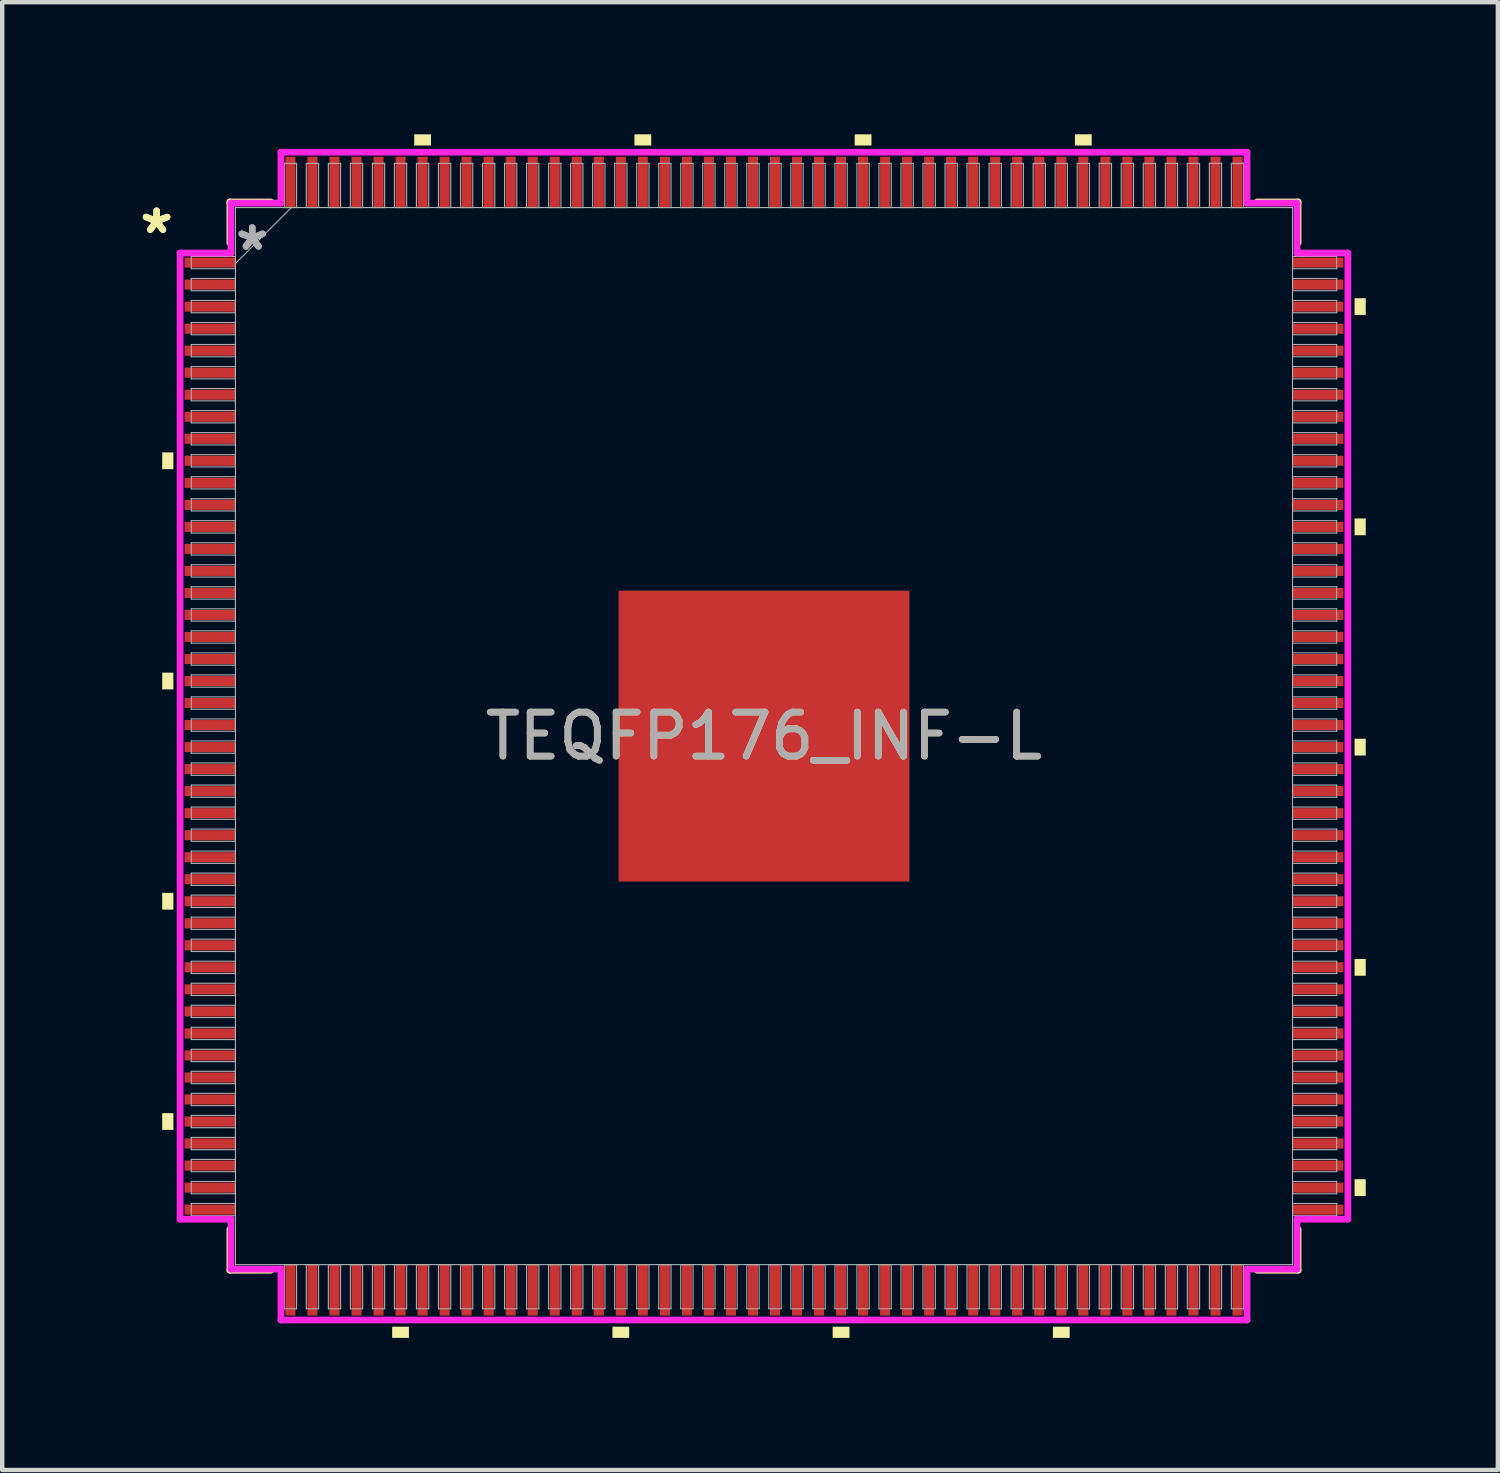
<source format=kicad_pcb>
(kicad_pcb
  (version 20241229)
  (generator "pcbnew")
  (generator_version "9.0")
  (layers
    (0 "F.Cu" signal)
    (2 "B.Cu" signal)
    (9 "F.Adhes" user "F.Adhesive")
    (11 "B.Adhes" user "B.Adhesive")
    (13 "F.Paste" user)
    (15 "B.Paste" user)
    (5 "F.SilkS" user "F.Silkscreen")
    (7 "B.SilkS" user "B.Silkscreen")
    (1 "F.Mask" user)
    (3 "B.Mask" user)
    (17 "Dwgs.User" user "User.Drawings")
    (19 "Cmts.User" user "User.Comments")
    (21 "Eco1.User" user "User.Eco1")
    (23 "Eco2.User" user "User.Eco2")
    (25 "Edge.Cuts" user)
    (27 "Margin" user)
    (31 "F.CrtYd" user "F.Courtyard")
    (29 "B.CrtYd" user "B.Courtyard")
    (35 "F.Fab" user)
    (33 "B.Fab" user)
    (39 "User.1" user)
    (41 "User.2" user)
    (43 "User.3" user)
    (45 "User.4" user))
  (footprint "TEQFP176_INF-L"
    (layer "F.Cu")
    (at 14.298 13.665)
    (property "Reference" "TEQFP176_INF-L" (at 0 0 0) (unlocked yes) (layer "F.SilkS") (effects (font (size 1 1) (thickness 0.15))))
    (attr smd)
    (fp_line (start -12.129 -12.129) (end -12.129 -11.2) (stroke (width 0.152) (type solid)) (layer "F.SilkS"))
    (fp_line (start -12.129 11.2) (end -12.129 12.129) (stroke (width 0.152) (type solid)) (layer "F.SilkS"))
    (fp_line (start -12.129 12.129) (end -11.2 12.129) (stroke (width 0.152) (type solid)) (layer "F.SilkS"))
    (fp_line (start -11.2 -12.129) (end -12.129 -12.129) (stroke (width 0.152) (type solid)) (layer "F.SilkS"))
    (fp_line (start 11.2 12.129) (end 12.129 12.129) (stroke (width 0.152) (type solid)) (layer "F.SilkS"))
    (fp_line (start 12.129 -12.129) (end 11.2 -12.129) (stroke (width 0.152) (type solid)) (layer "F.SilkS"))
    (fp_line (start 12.129 -11.2) (end 12.129 -12.129) (stroke (width 0.152) (type solid)) (layer "F.SilkS"))
    (fp_line (start 12.129 12.129) (end 12.129 11.2) (stroke (width 0.152) (type solid)) (layer "F.SilkS"))
    (fp_poly (pts (xy -13.665 -6.442) (xy -13.665 -6.061) (xy -13.411 -6.061) (xy -13.411 -6.442)) (stroke (width 0) (type solid)) (fill yes) (layer "F.SilkS"))
    (fp_poly (pts (xy -13.665 -1.441) (xy -13.665 -1.06) (xy -13.411 -1.06) (xy -13.411 -1.441)) (stroke (width 0) (type solid)) (fill yes) (layer "F.SilkS"))
    (fp_poly (pts (xy -13.665 3.56) (xy -13.665 3.941) (xy -13.411 3.941) (xy -13.411 3.56)) (stroke (width 0) (type solid)) (fill yes) (layer "F.SilkS"))
    (fp_poly (pts (xy -13.665 8.562) (xy -13.665 8.943) (xy -13.411 8.943) (xy -13.411 8.562)) (stroke (width 0) (type solid)) (fill yes) (layer "F.SilkS"))
    (fp_poly (pts (xy -8.443 13.411) (xy -8.443 13.665) (xy -8.062 13.665) (xy -8.062 13.411)) (stroke (width 0) (type solid)) (fill yes) (layer "F.SilkS"))
    (fp_poly (pts (xy -7.942 -13.411) (xy -7.942 -13.665) (xy -7.561 -13.665) (xy -7.561 -13.411)) (stroke (width 0) (type solid)) (fill yes) (layer "F.SilkS"))
    (fp_poly (pts (xy -3.441 13.411) (xy -3.441 13.665) (xy -3.06 13.665) (xy -3.06 13.411)) (stroke (width 0) (type solid)) (fill yes) (layer "F.SilkS"))
    (fp_poly (pts (xy -2.941 -13.411) (xy -2.941 -13.665) (xy -2.56 -13.665) (xy -2.56 -13.411)) (stroke (width 0) (type solid)) (fill yes) (layer "F.SilkS"))
    (fp_poly (pts (xy 1.56 13.411) (xy 1.56 13.665) (xy 1.941 13.665) (xy 1.941 13.411)) (stroke (width 0) (type solid)) (fill yes) (layer "F.SilkS"))
    (fp_poly (pts (xy 2.06 -13.411) (xy 2.06 -13.665) (xy 2.441 -13.665) (xy 2.441 -13.411)) (stroke (width 0) (type solid)) (fill yes) (layer "F.SilkS"))
    (fp_poly (pts (xy 6.561 13.411) (xy 6.561 13.665) (xy 6.942 13.665) (xy 6.942 13.411)) (stroke (width 0) (type solid)) (fill yes) (layer "F.SilkS"))
    (fp_poly (pts (xy 7.061 -13.411) (xy 7.061 -13.665) (xy 7.442 -13.665) (xy 7.442 -13.411)) (stroke (width 0) (type solid)) (fill yes) (layer "F.SilkS"))
    (fp_poly (pts (xy 13.665 -9.943) (xy 13.665 -9.562) (xy 13.411 -9.562) (xy 13.411 -9.943)) (stroke (width 0) (type solid)) (fill yes) (layer "F.SilkS"))
    (fp_poly (pts (xy 13.665 -4.942) (xy 13.665 -4.561) (xy 13.411 -4.561) (xy 13.411 -4.942)) (stroke (width 0) (type solid)) (fill yes) (layer "F.SilkS"))
    (fp_poly (pts (xy 13.665 0.06) (xy 13.665 0.441) (xy 13.411 0.441) (xy 13.411 0.06)) (stroke (width 0) (type solid)) (fill yes) (layer "F.SilkS"))
    (fp_poly (pts (xy 13.665 5.061) (xy 13.665 5.442) (xy 13.411 5.442) (xy 13.411 5.061)) (stroke (width 0) (type solid)) (fill yes) (layer "F.SilkS"))
    (fp_poly (pts (xy 13.665 10.062) (xy 13.665 10.443) (xy 13.411 10.443) (xy 13.411 10.062)) (stroke (width 0) (type solid)) (fill yes) (layer "F.SilkS"))
    (fp_poly (pts (xy -3.202 -3.202) (xy -3.202 -2.081) (xy -2.081 -2.081) (xy -2.081 -3.202)) (stroke (width 0) (type solid)) (fill yes) (layer "F.Paste"))
    (fp_poly (pts (xy -3.202 -1.881) (xy -3.202 -0.76) (xy -2.081 -0.76) (xy -2.081 -1.881)) (stroke (width 0) (type solid)) (fill yes) (layer "F.Paste"))
    (fp_poly (pts (xy -3.202 -0.56) (xy -3.202 0.56) (xy -2.081 0.56) (xy -2.081 -0.56)) (stroke (width 0) (type solid)) (fill yes) (layer "F.Paste"))
    (fp_poly (pts (xy -3.202 0.76) (xy -3.202 1.881) (xy -2.081 1.881) (xy -2.081 0.76)) (stroke (width 0) (type solid)) (fill yes) (layer "F.Paste"))
    (fp_poly (pts (xy -3.202 2.081) (xy -3.202 3.202) (xy -2.081 3.202) (xy -2.081 2.081)) (stroke (width 0) (type solid)) (fill yes) (layer "F.Paste"))
    (fp_poly (pts (xy -1.881 -3.202) (xy -1.881 -2.081) (xy -0.76 -2.081) (xy -0.76 -3.202)) (stroke (width 0) (type solid)) (fill yes) (layer "F.Paste"))
    (fp_poly (pts (xy -1.881 -1.881) (xy -1.881 -0.76) (xy -0.76 -0.76) (xy -0.76 -1.881)) (stroke (width 0) (type solid)) (fill yes) (layer "F.Paste"))
    (fp_poly (pts (xy -1.881 -0.56) (xy -1.881 0.56) (xy -0.76 0.56) (xy -0.76 -0.56)) (stroke (width 0) (type solid)) (fill yes) (layer "F.Paste"))
    (fp_poly (pts (xy -1.881 0.76) (xy -1.881 1.881) (xy -0.76 1.881) (xy -0.76 0.76)) (stroke (width 0) (type solid)) (fill yes) (layer "F.Paste"))
    (fp_poly (pts (xy -1.881 2.081) (xy -1.881 3.202) (xy -0.76 3.202) (xy -0.76 2.081)) (stroke (width 0) (type solid)) (fill yes) (layer "F.Paste"))
    (fp_poly (pts (xy -0.56 -3.202) (xy -0.56 -2.081) (xy 0.56 -2.081) (xy 0.56 -3.202)) (stroke (width 0) (type solid)) (fill yes) (layer "F.Paste"))
    (fp_poly (pts (xy -0.56 -1.881) (xy -0.56 -0.76) (xy 0.56 -0.76) (xy 0.56 -1.881)) (stroke (width 0) (type solid)) (fill yes) (layer "F.Paste"))
    (fp_poly (pts (xy -0.56 -0.56) (xy -0.56 0.56) (xy 0.56 0.56) (xy 0.56 -0.56)) (stroke (width 0) (type solid)) (fill yes) (layer "F.Paste"))
    (fp_poly (pts (xy -0.56 0.76) (xy -0.56 1.881) (xy 0.56 1.881) (xy 0.56 0.76)) (stroke (width 0) (type solid)) (fill yes) (layer "F.Paste"))
    (fp_poly (pts (xy -0.56 2.081) (xy -0.56 3.202) (xy 0.56 3.202) (xy 0.56 2.081)) (stroke (width 0) (type solid)) (fill yes) (layer "F.Paste"))
    (fp_poly (pts (xy 0.76 -3.202) (xy 0.76 -2.081) (xy 1.881 -2.081) (xy 1.881 -3.202)) (stroke (width 0) (type solid)) (fill yes) (layer "F.Paste"))
    (fp_poly (pts (xy 0.76 -1.881) (xy 0.76 -0.76) (xy 1.881 -0.76) (xy 1.881 -1.881)) (stroke (width 0) (type solid)) (fill yes) (layer "F.Paste"))
    (fp_poly (pts (xy 0.76 -0.56) (xy 0.76 0.56) (xy 1.881 0.56) (xy 1.881 -0.56)) (stroke (width 0) (type solid)) (fill yes) (layer "F.Paste"))
    (fp_poly (pts (xy 0.76 0.76) (xy 0.76 1.881) (xy 1.881 1.881) (xy 1.881 0.76)) (stroke (width 0) (type solid)) (fill yes) (layer "F.Paste"))
    (fp_poly (pts (xy 0.76 2.081) (xy 0.76 3.202) (xy 1.881 3.202) (xy 1.881 2.081)) (stroke (width 0) (type solid)) (fill yes) (layer "F.Paste"))
    (fp_poly (pts (xy 2.081 -3.202) (xy 2.081 -2.081) (xy 3.202 -2.081) (xy 3.202 -3.202)) (stroke (width 0) (type solid)) (fill yes) (layer "F.Paste"))
    (fp_poly (pts (xy 2.081 -1.881) (xy 2.081 -0.76) (xy 3.202 -0.76) (xy 3.202 -1.881)) (stroke (width 0) (type solid)) (fill yes) (layer "F.Paste"))
    (fp_poly (pts (xy 2.081 -0.56) (xy 2.081 0.56) (xy 3.202 0.56) (xy 3.202 -0.56)) (stroke (width 0) (type solid)) (fill yes) (layer "F.Paste"))
    (fp_poly (pts (xy 2.081 0.76) (xy 2.081 1.881) (xy 3.202 1.881) (xy 3.202 0.76)) (stroke (width 0) (type solid)) (fill yes) (layer "F.Paste"))
    (fp_poly (pts (xy 2.081 2.081) (xy 2.081 3.202) (xy 3.202 3.202) (xy 3.202 2.081)) (stroke (width 0) (type solid)) (fill yes) (layer "F.Paste"))
    (fp_line (start -13.259 -10.969) (end -12.103 -10.969) (stroke (width 0.152) (type solid)) (layer "F.CrtYd"))
    (fp_line (start -13.259 10.969) (end -13.259 -10.969) (stroke (width 0.152) (type solid)) (layer "F.CrtYd"))
    (fp_line (start -12.103 -12.103) (end -10.969 -12.103) (stroke (width 0.152) (type solid)) (layer "F.CrtYd"))
    (fp_line (start -12.103 -10.969) (end -12.103 -12.103) (stroke (width 0.152) (type solid)) (layer "F.CrtYd"))
    (fp_line (start -12.103 10.969) (end -13.259 10.969) (stroke (width 0.152) (type solid)) (layer "F.CrtYd"))
    (fp_line (start -12.103 12.103) (end -12.103 10.969) (stroke (width 0.152) (type solid)) (layer "F.CrtYd"))
    (fp_line (start -12.103 12.103) (end -10.969 12.103) (stroke (width 0.152) (type solid)) (layer "F.CrtYd"))
    (fp_line (start -10.969 -13.259) (end 10.969 -13.259) (stroke (width 0.152) (type solid)) (layer "F.CrtYd"))
    (fp_line (start -10.969 -12.103) (end -10.969 -13.259) (stroke (width 0.152) (type solid)) (layer "F.CrtYd"))
    (fp_line (start -10.969 12.103) (end -10.969 13.259) (stroke (width 0.152) (type solid)) (layer "F.CrtYd"))
    (fp_line (start -10.969 13.259) (end 10.969 13.259) (stroke (width 0.152) (type solid)) (layer "F.CrtYd"))
    (fp_line (start 10.969 -13.259) (end 10.969 -12.103) (stroke (width 0.152) (type solid)) (layer "F.CrtYd"))
    (fp_line (start 10.969 -12.103) (end 12.103 -12.103) (stroke (width 0.152) (type solid)) (layer "F.CrtYd"))
    (fp_line (start 10.969 12.103) (end 12.103 12.103) (stroke (width 0.152) (type solid)) (layer "F.CrtYd"))
    (fp_line (start 10.969 13.259) (end 10.969 12.103) (stroke (width 0.152) (type solid)) (layer "F.CrtYd"))
    (fp_line (start 12.103 -10.969) (end 12.103 -12.103) (stroke (width 0.152) (type solid)) (layer "F.CrtYd"))
    (fp_line (start 12.103 10.969) (end 13.259 10.969) (stroke (width 0.152) (type solid)) (layer "F.CrtYd"))
    (fp_line (start 12.103 12.103) (end 12.103 10.969) (stroke (width 0.152) (type solid)) (layer "F.CrtYd"))
    (fp_line (start 13.259 -10.969) (end 12.103 -10.969) (stroke (width 0.152) (type solid)) (layer "F.CrtYd"))
    (fp_line (start 13.259 10.969) (end 13.259 -10.969) (stroke (width 0.152) (type solid)) (layer "F.CrtYd"))
    (fp_line (start -13.005 -10.892) (end -13.005 -10.613) (stroke (width 0.025) (type solid)) (layer "F.Fab"))
    (fp_line (start -13.005 -10.613) (end -12.002 -10.613) (stroke (width 0.025) (type solid)) (layer "F.Fab"))
    (fp_line (start -13.005 -10.392) (end -13.005 -10.113) (stroke (width 0.025) (type solid)) (layer "F.Fab"))
    (fp_line (start -13.005 -10.113) (end -12.002 -10.113) (stroke (width 0.025) (type solid)) (layer "F.Fab"))
    (fp_line (start -13.005 -9.892) (end -13.005 -9.613) (stroke (width 0.025) (type solid)) (layer "F.Fab"))
    (fp_line (start -13.005 -9.613) (end -12.002 -9.613) (stroke (width 0.025) (type solid)) (layer "F.Fab"))
    (fp_line (start -13.005 -9.392) (end -13.005 -9.113) (stroke (width 0.025) (type solid)) (layer "F.Fab"))
    (fp_line (start -13.005 -9.113) (end -12.002 -9.113) (stroke (width 0.025) (type solid)) (layer "F.Fab"))
    (fp_line (start -13.005 -8.892) (end -13.005 -8.613) (stroke (width 0.025) (type solid)) (layer "F.Fab"))
    (fp_line (start -13.005 -8.613) (end -12.002 -8.613) (stroke (width 0.025) (type solid)) (layer "F.Fab"))
    (fp_line (start -13.005 -8.392) (end -13.005 -8.112) (stroke (width 0.025) (type solid)) (layer "F.Fab"))
    (fp_line (start -13.005 -8.112) (end -12.002 -8.112) (stroke (width 0.025) (type solid)) (layer "F.Fab"))
    (fp_line (start -13.005 -7.892) (end -13.005 -7.612) (stroke (width 0.025) (type solid)) (layer "F.Fab"))
    (fp_line (start -13.005 -7.612) (end -12.002 -7.612) (stroke (width 0.025) (type solid)) (layer "F.Fab"))
    (fp_line (start -13.005 -7.392) (end -13.005 -7.112) (stroke (width 0.025) (type solid)) (layer "F.Fab"))
    (fp_line (start -13.005 -7.112) (end -12.002 -7.112) (stroke (width 0.025) (type solid)) (layer "F.Fab"))
    (fp_line (start -13.005 -6.891) (end -13.005 -6.612) (stroke (width 0.025) (type solid)) (layer "F.Fab"))
    (fp_line (start -13.005 -6.612) (end -12.002 -6.612) (stroke (width 0.025) (type solid)) (layer "F.Fab"))
    (fp_line (start -13.005 -6.391) (end -13.005 -6.112) (stroke (width 0.025) (type solid)) (layer "F.Fab"))
    (fp_line (start -13.005 -6.112) (end -12.002 -6.112) (stroke (width 0.025) (type solid)) (layer "F.Fab"))
    (fp_line (start -13.005 -5.891) (end -13.005 -5.612) (stroke (width 0.025) (type solid)) (layer "F.Fab"))
    (fp_line (start -13.005 -5.612) (end -12.002 -5.612) (stroke (width 0.025) (type solid)) (layer "F.Fab"))
    (fp_line (start -13.005 -5.391) (end -13.005 -5.112) (stroke (width 0.025) (type solid)) (layer "F.Fab"))
    (fp_line (start -13.005 -5.112) (end -12.002 -5.112) (stroke (width 0.025) (type solid)) (layer "F.Fab"))
    (fp_line (start -13.005 -4.891) (end -13.005 -4.611) (stroke (width 0.025) (type solid)) (layer "F.Fab"))
    (fp_line (start -13.005 -4.611) (end -12.002 -4.611) (stroke (width 0.025) (type solid)) (layer "F.Fab"))
    (fp_line (start -13.005 -4.391) (end -13.005 -4.111) (stroke (width 0.025) (type solid)) (layer "F.Fab"))
    (fp_line (start -13.005 -4.111) (end -12.002 -4.111) (stroke (width 0.025) (type solid)) (layer "F.Fab"))
    (fp_line (start -13.005 -3.891) (end -13.005 -3.611) (stroke (width 0.025) (type solid)) (layer "F.Fab"))
    (fp_line (start -13.005 -3.611) (end -12.002 -3.611) (stroke (width 0.025) (type solid)) (layer "F.Fab"))
    (fp_line (start -13.005 -3.391) (end -13.005 -3.111) (stroke (width 0.025) (type solid)) (layer "F.Fab"))
    (fp_line (start -13.005 -3.111) (end -12.002 -3.111) (stroke (width 0.025) (type solid)) (layer "F.Fab"))
    (fp_line (start -13.005 -2.89) (end -13.005 -2.611) (stroke (width 0.025) (type solid)) (layer "F.Fab"))
    (fp_line (start -13.005 -2.611) (end -12.002 -2.611) (stroke (width 0.025) (type solid)) (layer "F.Fab"))
    (fp_line (start -13.005 -2.39) (end -13.005 -2.111) (stroke (width 0.025) (type solid)) (layer "F.Fab"))
    (fp_line (start -13.005 -2.111) (end -12.002 -2.111) (stroke (width 0.025) (type solid)) (layer "F.Fab"))
    (fp_line (start -13.005 -1.89) (end -13.005 -1.611) (stroke (width 0.025) (type solid)) (layer "F.Fab"))
    (fp_line (start -13.005 -1.611) (end -12.002 -1.611) (stroke (width 0.025) (type solid)) (layer "F.Fab"))
    (fp_line (start -13.005 -1.39) (end -13.005 -1.111) (stroke (width 0.025) (type solid)) (layer "F.Fab"))
    (fp_line (start -13.005 -1.111) (end -12.002 -1.111) (stroke (width 0.025) (type solid)) (layer "F.Fab"))
    (fp_line (start -13.005 -0.89) (end -13.005 -0.61) (stroke (width 0.025) (type solid)) (layer "F.Fab"))
    (fp_line (start -13.005 -0.61) (end -12.002 -0.61) (stroke (width 0.025) (type solid)) (layer "F.Fab"))
    (fp_line (start -13.005 -0.39) (end -13.005 -0.11) (stroke (width 0.025) (type solid)) (layer "F.Fab"))
    (fp_line (start -13.005 -0.11) (end -12.002 -0.11) (stroke (width 0.025) (type solid)) (layer "F.Fab"))
    (fp_line (start -13.005 0.11) (end -13.005 0.39) (stroke (width 0.025) (type solid)) (layer "F.Fab"))
    (fp_line (start -13.005 0.39) (end -12.002 0.39) (stroke (width 0.025) (type solid)) (layer "F.Fab"))
    (fp_line (start -13.005 0.61) (end -13.005 0.89) (stroke (width 0.025) (type solid)) (layer "F.Fab"))
    (fp_line (start -13.005 0.89) (end -12.002 0.89) (stroke (width 0.025) (type solid)) (layer "F.Fab"))
    (fp_line (start -13.005 1.111) (end -13.005 1.39) (stroke (width 0.025) (type solid)) (layer "F.Fab"))
    (fp_line (start -13.005 1.39) (end -12.002 1.39) (stroke (width 0.025) (type solid)) (layer "F.Fab"))
    (fp_line (start -13.005 1.611) (end -13.005 1.89) (stroke (width 0.025) (type solid)) (layer "F.Fab"))
    (fp_line (start -13.005 1.89) (end -12.002 1.89) (stroke (width 0.025) (type solid)) (layer "F.Fab"))
    (fp_line (start -13.005 2.111) (end -13.005 2.39) (stroke (width 0.025) (type solid)) (layer "F.Fab"))
    (fp_line (start -13.005 2.39) (end -12.002 2.39) (stroke (width 0.025) (type solid)) (layer "F.Fab"))
    (fp_line (start -13.005 2.611) (end -13.005 2.89) (stroke (width 0.025) (type solid)) (layer "F.Fab"))
    (fp_line (start -13.005 2.89) (end -12.002 2.89) (stroke (width 0.025) (type solid)) (layer "F.Fab"))
    (fp_line (start -13.005 3.111) (end -13.005 3.391) (stroke (width 0.025) (type solid)) (layer "F.Fab"))
    (fp_line (start -13.005 3.391) (end -12.002 3.391) (stroke (width 0.025) (type solid)) (layer "F.Fab"))
    (fp_line (start -13.005 3.611) (end -13.005 3.891) (stroke (width 0.025) (type solid)) (layer "F.Fab"))
    (fp_line (start -13.005 3.891) (end -12.002 3.891) (stroke (width 0.025) (type solid)) (layer "F.Fab"))
    (fp_line (start -13.005 4.111) (end -13.005 4.391) (stroke (width 0.025) (type solid)) (layer "F.Fab"))
    (fp_line (start -13.005 4.391) (end -12.002 4.391) (stroke (width 0.025) (type solid)) (layer "F.Fab"))
    (fp_line (start -13.005 4.611) (end -13.005 4.891) (stroke (width 0.025) (type solid)) (layer "F.Fab"))
    (fp_line (start -13.005 4.891) (end -12.002 4.891) (stroke (width 0.025) (type solid)) (layer "F.Fab"))
    (fp_line (start -13.005 5.112) (end -13.005 5.391) (stroke (width 0.025) (type solid)) (layer "F.Fab"))
    (fp_line (start -13.005 5.391) (end -12.002 5.391) (stroke (width 0.025) (type solid)) (layer "F.Fab"))
    (fp_line (start -13.005 5.612) (end -13.005 5.891) (stroke (width 0.025) (type solid)) (layer "F.Fab"))
    (fp_line (start -13.005 5.891) (end -12.002 5.891) (stroke (width 0.025) (type solid)) (layer "F.Fab"))
    (fp_line (start -13.005 6.112) (end -13.005 6.391) (stroke (width 0.025) (type solid)) (layer "F.Fab"))
    (fp_line (start -13.005 6.391) (end -12.002 6.391) (stroke (width 0.025) (type solid)) (layer "F.Fab"))
    (fp_line (start -13.005 6.612) (end -13.005 6.891) (stroke (width 0.025) (type solid)) (layer "F.Fab"))
    (fp_line (start -13.005 6.891) (end -12.002 6.891) (stroke (width 0.025) (type solid)) (layer "F.Fab"))
    (fp_line (start -13.005 7.112) (end -13.005 7.392) (stroke (width 0.025) (type solid)) (layer "F.Fab"))
    (fp_line (start -13.005 7.392) (end -12.002 7.392) (stroke (width 0.025) (type solid)) (layer "F.Fab"))
    (fp_line (start -13.005 7.612) (end -13.005 7.892) (stroke (width 0.025) (type solid)) (layer "F.Fab"))
    (fp_line (start -13.005 7.892) (end -12.002 7.892) (stroke (width 0.025) (type solid)) (layer "F.Fab"))
    (fp_line (start -13.005 8.112) (end -13.005 8.392) (stroke (width 0.025) (type solid)) (layer "F.Fab"))
    (fp_line (start -13.005 8.392) (end -12.002 8.392) (stroke (width 0.025) (type solid)) (layer "F.Fab"))
    (fp_line (start -13.005 8.613) (end -13.005 8.892) (stroke (width 0.025) (type solid)) (layer "F.Fab"))
    (fp_line (start -13.005 8.892) (end -12.002 8.892) (stroke (width 0.025) (type solid)) (layer "F.Fab"))
    (fp_line (start -13.005 9.113) (end -13.005 9.392) (stroke (width 0.025) (type solid)) (layer "F.Fab"))
    (fp_line (start -13.005 9.392) (end -12.002 9.392) (stroke (width 0.025) (type solid)) (layer "F.Fab"))
    (fp_line (start -13.005 9.613) (end -13.005 9.892) (stroke (width 0.025) (type solid)) (layer "F.Fab"))
    (fp_line (start -13.005 9.892) (end -12.002 9.892) (stroke (width 0.025) (type solid)) (layer "F.Fab"))
    (fp_line (start -13.005 10.113) (end -13.005 10.392) (stroke (width 0.025) (type solid)) (layer "F.Fab"))
    (fp_line (start -13.005 10.392) (end -12.002 10.392) (stroke (width 0.025) (type solid)) (layer "F.Fab"))
    (fp_line (start -13.005 10.613) (end -13.005 10.892) (stroke (width 0.025) (type solid)) (layer "F.Fab"))
    (fp_line (start -13.005 10.892) (end -12.002 10.892) (stroke (width 0.025) (type solid)) (layer "F.Fab"))
    (fp_line (start -12.002 -12.002) (end -12.002 12.002) (stroke (width 0.025) (type solid)) (layer "F.Fab"))
    (fp_line (start -12.002 -10.892) (end -13.005 -10.892) (stroke (width 0.025) (type solid)) (layer "F.Fab"))
    (fp_line (start -12.002 -10.732) (end -10.732 -12.002) (stroke (width 0.025) (type solid)) (layer "F.Fab"))
    (fp_line (start -12.002 -10.613) (end -12.002 -10.892) (stroke (width 0.025) (type solid)) (layer "F.Fab"))
    (fp_line (start -12.002 -10.392) (end -13.005 -10.392) (stroke (width 0.025) (type solid)) (layer "F.Fab"))
    (fp_line (start -12.002 -10.113) (end -12.002 -10.392) (stroke (width 0.025) (type solid)) (layer "F.Fab"))
    (fp_line (start -12.002 -9.892) (end -13.005 -9.892) (stroke (width 0.025) (type solid)) (layer "F.Fab"))
    (fp_line (start -12.002 -9.613) (end -12.002 -9.892) (stroke (width 0.025) (type solid)) (layer "F.Fab"))
    (fp_line (start -12.002 -9.392) (end -13.005 -9.392) (stroke (width 0.025) (type solid)) (layer "F.Fab"))
    (fp_line (start -12.002 -9.113) (end -12.002 -9.392) (stroke (width 0.025) (type solid)) (layer "F.Fab"))
    (fp_line (start -12.002 -8.892) (end -13.005 -8.892) (stroke (width 0.025) (type solid)) (layer "F.Fab"))
    (fp_line (start -12.002 -8.613) (end -12.002 -8.892) (stroke (width 0.025) (type solid)) (layer "F.Fab"))
    (fp_line (start -12.002 -8.392) (end -13.005 -8.392) (stroke (width 0.025) (type solid)) (layer "F.Fab"))
    (fp_line (start -12.002 -8.112) (end -12.002 -8.392) (stroke (width 0.025) (type solid)) (layer "F.Fab"))
    (fp_line (start -12.002 -7.892) (end -13.005 -7.892) (stroke (width 0.025) (type solid)) (layer "F.Fab"))
    (fp_line (start -12.002 -7.612) (end -12.002 -7.892) (stroke (width 0.025) (type solid)) (layer "F.Fab"))
    (fp_line (start -12.002 -7.392) (end -13.005 -7.392) (stroke (width 0.025) (type solid)) (layer "F.Fab"))
    (fp_line (start -12.002 -7.112) (end -12.002 -7.392) (stroke (width 0.025) (type solid)) (layer "F.Fab"))
    (fp_line (start -12.002 -6.891) (end -13.005 -6.891) (stroke (width 0.025) (type solid)) (layer "F.Fab"))
    (fp_line (start -12.002 -6.612) (end -12.002 -6.891) (stroke (width 0.025) (type solid)) (layer "F.Fab"))
    (fp_line (start -12.002 -6.391) (end -13.005 -6.391) (stroke (width 0.025) (type solid)) (layer "F.Fab"))
    (fp_line (start -12.002 -6.112) (end -12.002 -6.391) (stroke (width 0.025) (type solid)) (layer "F.Fab"))
    (fp_line (start -12.002 -5.891) (end -13.005 -5.891) (stroke (width 0.025) (type solid)) (layer "F.Fab"))
    (fp_line (start -12.002 -5.612) (end -12.002 -5.891) (stroke (width 0.025) (type solid)) (layer "F.Fab"))
    (fp_line (start -12.002 -5.391) (end -13.005 -5.391) (stroke (width 0.025) (type solid)) (layer "F.Fab"))
    (fp_line (start -12.002 -5.112) (end -12.002 -5.391) (stroke (width 0.025) (type solid)) (layer "F.Fab"))
    (fp_line (start -12.002 -4.891) (end -13.005 -4.891) (stroke (width 0.025) (type solid)) (layer "F.Fab"))
    (fp_line (start -12.002 -4.611) (end -12.002 -4.891) (stroke (width 0.025) (type solid)) (layer "F.Fab"))
    (fp_line (start -12.002 -4.391) (end -13.005 -4.391) (stroke (width 0.025) (type solid)) (layer "F.Fab"))
    (fp_line (start -12.002 -4.111) (end -12.002 -4.391) (stroke (width 0.025) (type solid)) (layer "F.Fab"))
    (fp_line (start -12.002 -3.891) (end -13.005 -3.891) (stroke (width 0.025) (type solid)) (layer "F.Fab"))
    (fp_line (start -12.002 -3.611) (end -12.002 -3.891) (stroke (width 0.025) (type solid)) (layer "F.Fab"))
    (fp_line (start -12.002 -3.391) (end -13.005 -3.391) (stroke (width 0.025) (type solid)) (layer "F.Fab"))
    (fp_line (start -12.002 -3.111) (end -12.002 -3.391) (stroke (width 0.025) (type solid)) (layer "F.Fab"))
    (fp_line (start -12.002 -2.89) (end -13.005 -2.89) (stroke (width 0.025) (type solid)) (layer "F.Fab"))
    (fp_line (start -12.002 -2.611) (end -12.002 -2.89) (stroke (width 0.025) (type solid)) (layer "F.Fab"))
    (fp_line (start -12.002 -2.39) (end -13.005 -2.39) (stroke (width 0.025) (type solid)) (layer "F.Fab"))
    (fp_line (start -12.002 -2.111) (end -12.002 -2.39) (stroke (width 0.025) (type solid)) (layer "F.Fab"))
    (fp_line (start -12.002 -1.89) (end -13.005 -1.89) (stroke (width 0.025) (type solid)) (layer "F.Fab"))
    (fp_line (start -12.002 -1.611) (end -12.002 -1.89) (stroke (width 0.025) (type solid)) (layer "F.Fab"))
    (fp_line (start -12.002 -1.39) (end -13.005 -1.39) (stroke (width 0.025) (type solid)) (layer "F.Fab"))
    (fp_line (start -12.002 -1.111) (end -12.002 -1.39) (stroke (width 0.025) (type solid)) (layer "F.Fab"))
    (fp_line (start -12.002 -0.89) (end -13.005 -0.89) (stroke (width 0.025) (type solid)) (layer "F.Fab"))
    (fp_line (start -12.002 -0.61) (end -12.002 -0.89) (stroke (width 0.025) (type solid)) (layer "F.Fab"))
    (fp_line (start -12.002 -0.39) (end -13.005 -0.39) (stroke (width 0.025) (type solid)) (layer "F.Fab"))
    (fp_line (start -12.002 -0.11) (end -12.002 -0.39) (stroke (width 0.025) (type solid)) (layer "F.Fab"))
    (fp_line (start -12.002 0.11) (end -13.005 0.11) (stroke (width 0.025) (type solid)) (layer "F.Fab"))
    (fp_line (start -12.002 0.39) (end -12.002 0.11) (stroke (width 0.025) (type solid)) (layer "F.Fab"))
    (fp_line (start -12.002 0.61) (end -13.005 0.61) (stroke (width 0.025) (type solid)) (layer "F.Fab"))
    (fp_line (start -12.002 0.89) (end -12.002 0.61) (stroke (width 0.025) (type solid)) (layer "F.Fab"))
    (fp_line (start -12.002 1.111) (end -13.005 1.111) (stroke (width 0.025) (type solid)) (layer "F.Fab"))
    (fp_line (start -12.002 1.39) (end -12.002 1.111) (stroke (width 0.025) (type solid)) (layer "F.Fab"))
    (fp_line (start -12.002 1.611) (end -13.005 1.611) (stroke (width 0.025) (type solid)) (layer "F.Fab"))
    (fp_line (start -12.002 1.89) (end -12.002 1.611) (stroke (width 0.025) (type solid)) (layer "F.Fab"))
    (fp_line (start -12.002 2.111) (end -13.005 2.111) (stroke (width 0.025) (type solid)) (layer "F.Fab"))
    (fp_line (start -12.002 2.39) (end -12.002 2.111) (stroke (width 0.025) (type solid)) (layer "F.Fab"))
    (fp_line (start -12.002 2.611) (end -13.005 2.611) (stroke (width 0.025) (type solid)) (layer "F.Fab"))
    (fp_line (start -12.002 2.89) (end -12.002 2.611) (stroke (width 0.025) (type solid)) (layer "F.Fab"))
    (fp_line (start -12.002 3.111) (end -13.005 3.111) (stroke (width 0.025) (type solid)) (layer "F.Fab"))
    (fp_line (start -12.002 3.391) (end -12.002 3.111) (stroke (width 0.025) (type solid)) (layer "F.Fab"))
    (fp_line (start -12.002 3.611) (end -13.005 3.611) (stroke (width 0.025) (type solid)) (layer "F.Fab"))
    (fp_line (start -12.002 3.891) (end -12.002 3.611) (stroke (width 0.025) (type solid)) (layer "F.Fab"))
    (fp_line (start -12.002 4.111) (end -13.005 4.111) (stroke (width 0.025) (type solid)) (layer "F.Fab"))
    (fp_line (start -12.002 4.391) (end -12.002 4.111) (stroke (width 0.025) (type solid)) (layer "F.Fab"))
    (fp_line (start -12.002 4.611) (end -13.005 4.611) (stroke (width 0.025) (type solid)) (layer "F.Fab"))
    (fp_line (start -12.002 4.891) (end -12.002 4.611) (stroke (width 0.025) (type solid)) (layer "F.Fab"))
    (fp_line (start -12.002 5.112) (end -13.005 5.112) (stroke (width 0.025) (type solid)) (layer "F.Fab"))
    (fp_line (start -12.002 5.391) (end -12.002 5.112) (stroke (width 0.025) (type solid)) (layer "F.Fab"))
    (fp_line (start -12.002 5.612) (end -13.005 5.612) (stroke (width 0.025) (type solid)) (layer "F.Fab"))
    (fp_line (start -12.002 5.891) (end -12.002 5.612) (stroke (width 0.025) (type solid)) (layer "F.Fab"))
    (fp_line (start -12.002 6.112) (end -13.005 6.112) (stroke (width 0.025) (type solid)) (layer "F.Fab"))
    (fp_line (start -12.002 6.391) (end -12.002 6.112) (stroke (width 0.025) (type solid)) (layer "F.Fab"))
    (fp_line (start -12.002 6.612) (end -13.005 6.612) (stroke (width 0.025) (type solid)) (layer "F.Fab"))
    (fp_line (start -12.002 6.891) (end -12.002 6.612) (stroke (width 0.025) (type solid)) (layer "F.Fab"))
    (fp_line (start -12.002 7.112) (end -13.005 7.112) (stroke (width 0.025) (type solid)) (layer "F.Fab"))
    (fp_line (start -12.002 7.392) (end -12.002 7.112) (stroke (width 0.025) (type solid)) (layer "F.Fab"))
    (fp_line (start -12.002 7.612) (end -13.005 7.612) (stroke (width 0.025) (type solid)) (layer "F.Fab"))
    (fp_line (start -12.002 7.892) (end -12.002 7.612) (stroke (width 0.025) (type solid)) (layer "F.Fab"))
    (fp_line (start -12.002 8.112) (end -13.005 8.112) (stroke (width 0.025) (type solid)) (layer "F.Fab"))
    (fp_line (start -12.002 8.392) (end -12.002 8.112) (stroke (width 0.025) (type solid)) (layer "F.Fab"))
    (fp_line (start -12.002 8.613) (end -13.005 8.613) (stroke (width 0.025) (type solid)) (layer "F.Fab"))
    (fp_line (start -12.002 8.892) (end -12.002 8.613) (stroke (width 0.025) (type solid)) (layer "F.Fab"))
    (fp_line (start -12.002 9.113) (end -13.005 9.113) (stroke (width 0.025) (type solid)) (layer "F.Fab"))
    (fp_line (start -12.002 9.392) (end -12.002 9.113) (stroke (width 0.025) (type solid)) (layer "F.Fab"))
    (fp_line (start -12.002 9.613) (end -13.005 9.613) (stroke (width 0.025) (type solid)) (layer "F.Fab"))
    (fp_line (start -12.002 9.892) (end -12.002 9.613) (stroke (width 0.025) (type solid)) (layer "F.Fab"))
    (fp_line (start -12.002 10.113) (end -13.005 10.113) (stroke (width 0.025) (type solid)) (layer "F.Fab"))
    (fp_line (start -12.002 10.392) (end -12.002 10.113) (stroke (width 0.025) (type solid)) (layer "F.Fab"))
    (fp_line (start -12.002 10.613) (end -13.005 10.613) (stroke (width 0.025) (type solid)) (layer "F.Fab"))
    (fp_line (start -12.002 10.892) (end -12.002 10.613) (stroke (width 0.025) (type solid)) (layer "F.Fab"))
    (fp_line (start -12.002 12.002) (end 12.002 12.002) (stroke (width 0.025) (type solid)) (layer "F.Fab"))
    (fp_line (start -10.892 -13.005) (end -10.892 -12.002) (stroke (width 0.025) (type solid)) (layer "F.Fab"))
    (fp_line (start -10.892 -12.002) (end -10.613 -12.002) (stroke (width 0.025) (type solid)) (layer "F.Fab"))
    (fp_line (start -10.892 12.002) (end -10.892 13.005) (stroke (width 0.025) (type solid)) (layer "F.Fab"))
    (fp_line (start -10.892 13.005) (end -10.613 13.005) (stroke (width 0.025) (type solid)) (layer "F.Fab"))
    (fp_line (start -10.613 -13.005) (end -10.892 -13.005) (stroke (width 0.025) (type solid)) (layer "F.Fab"))
    (fp_line (start -10.613 -12.002) (end -10.613 -13.005) (stroke (width 0.025) (type solid)) (layer "F.Fab"))
    (fp_line (start -10.613 12.002) (end -10.892 12.002) (stroke (width 0.025) (type solid)) (layer "F.Fab"))
    (fp_line (start -10.613 13.005) (end -10.613 12.002) (stroke (width 0.025) (type solid)) (layer "F.Fab"))
    (fp_line (start -10.392 -13.005) (end -10.392 -12.002) (stroke (width 0.025) (type solid)) (layer "F.Fab"))
    (fp_line (start -10.392 -12.002) (end -10.113 -12.002) (stroke (width 0.025) (type solid)) (layer "F.Fab"))
    (fp_line (start -10.392 12.002) (end -10.392 13.005) (stroke (width 0.025) (type solid)) (layer "F.Fab"))
    (fp_line (start -10.392 13.005) (end -10.113 13.005) (stroke (width 0.025) (type solid)) (layer "F.Fab"))
    (fp_line (start -10.113 -13.005) (end -10.392 -13.005) (stroke (width 0.025) (type solid)) (layer "F.Fab"))
    (fp_line (start -10.113 -12.002) (end -10.113 -13.005) (stroke (width 0.025) (type solid)) (layer "F.Fab"))
    (fp_line (start -10.113 12.002) (end -10.392 12.002) (stroke (width 0.025) (type solid)) (layer "F.Fab"))
    (fp_line (start -10.113 13.005) (end -10.113 12.002) (stroke (width 0.025) (type solid)) (layer "F.Fab"))
    (fp_line (start -9.892 -13.005) (end -9.892 -12.002) (stroke (width 0.025) (type solid)) (layer "F.Fab"))
    (fp_line (start -9.892 -12.002) (end -9.613 -12.002) (stroke (width 0.025) (type solid)) (layer "F.Fab"))
    (fp_line (start -9.892 12.002) (end -9.892 13.005) (stroke (width 0.025) (type solid)) (layer "F.Fab"))
    (fp_line (start -9.892 13.005) (end -9.613 13.005) (stroke (width 0.025) (type solid)) (layer "F.Fab"))
    (fp_line (start -9.613 -13.005) (end -9.892 -13.005) (stroke (width 0.025) (type solid)) (layer "F.Fab"))
    (fp_line (start -9.613 -12.002) (end -9.613 -13.005) (stroke (width 0.025) (type solid)) (layer "F.Fab"))
    (fp_line (start -9.613 12.002) (end -9.892 12.002) (stroke (width 0.025) (type solid)) (layer "F.Fab"))
    (fp_line (start -9.613 13.005) (end -9.613 12.002) (stroke (width 0.025) (type solid)) (layer "F.Fab"))
    (fp_line (start -9.392 -13.005) (end -9.392 -12.002) (stroke (width 0.025) (type solid)) (layer "F.Fab"))
    (fp_line (start -9.392 -12.002) (end -9.113 -12.002) (stroke (width 0.025) (type solid)) (layer "F.Fab"))
    (fp_line (start -9.392 12.002) (end -9.392 13.005) (stroke (width 0.025) (type solid)) (layer "F.Fab"))
    (fp_line (start -9.392 13.005) (end -9.113 13.005) (stroke (width 0.025) (type solid)) (layer "F.Fab"))
    (fp_line (start -9.113 -13.005) (end -9.392 -13.005) (stroke (width 0.025) (type solid)) (layer "F.Fab"))
    (fp_line (start -9.113 -12.002) (end -9.113 -13.005) (stroke (width 0.025) (type solid)) (layer "F.Fab"))
    (fp_line (start -9.113 12.002) (end -9.392 12.002) (stroke (width 0.025) (type solid)) (layer "F.Fab"))
    (fp_line (start -9.113 13.005) (end -9.113 12.002) (stroke (width 0.025) (type solid)) (layer "F.Fab"))
    (fp_line (start -8.892 -13.005) (end -8.892 -12.002) (stroke (width 0.025) (type solid)) (layer "F.Fab"))
    (fp_line (start -8.892 -12.002) (end -8.613 -12.002) (stroke (width 0.025) (type solid)) (layer "F.Fab"))
    (fp_line (start -8.892 12.002) (end -8.892 13.005) (stroke (width 0.025) (type solid)) (layer "F.Fab"))
    (fp_line (start -8.892 13.005) (end -8.613 13.005) (stroke (width 0.025) (type solid)) (layer "F.Fab"))
    (fp_line (start -8.613 -13.005) (end -8.892 -13.005) (stroke (width 0.025) (type solid)) (layer "F.Fab"))
    (fp_line (start -8.613 -12.002) (end -8.613 -13.005) (stroke (width 0.025) (type solid)) (layer "F.Fab"))
    (fp_line (start -8.613 12.002) (end -8.892 12.002) (stroke (width 0.025) (type solid)) (layer "F.Fab"))
    (fp_line (start -8.613 13.005) (end -8.613 12.002) (stroke (width 0.025) (type solid)) (layer "F.Fab"))
    (fp_line (start -8.392 -13.005) (end -8.392 -12.002) (stroke (width 0.025) (type solid)) (layer "F.Fab"))
    (fp_line (start -8.392 -12.002) (end -8.112 -12.002) (stroke (width 0.025) (type solid)) (layer "F.Fab"))
    (fp_line (start -8.392 12.002) (end -8.392 13.005) (stroke (width 0.025) (type solid)) (layer "F.Fab"))
    (fp_line (start -8.392 13.005) (end -8.112 13.005) (stroke (width 0.025) (type solid)) (layer "F.Fab"))
    (fp_line (start -8.112 -13.005) (end -8.392 -13.005) (stroke (width 0.025) (type solid)) (layer "F.Fab"))
    (fp_line (start -8.112 -12.002) (end -8.112 -13.005) (stroke (width 0.025) (type solid)) (layer "F.Fab"))
    (fp_line (start -8.112 12.002) (end -8.392 12.002) (stroke (width 0.025) (type solid)) (layer "F.Fab"))
    (fp_line (start -8.112 13.005) (end -8.112 12.002) (stroke (width 0.025) (type solid)) (layer "F.Fab"))
    (fp_line (start -7.892 -13.005) (end -7.892 -12.002) (stroke (width 0.025) (type solid)) (layer "F.Fab"))
    (fp_line (start -7.892 -12.002) (end -7.612 -12.002) (stroke (width 0.025) (type solid)) (layer "F.Fab"))
    (fp_line (start -7.892 12.002) (end -7.892 13.005) (stroke (width 0.025) (type solid)) (layer "F.Fab"))
    (fp_line (start -7.892 13.005) (end -7.612 13.005) (stroke (width 0.025) (type solid)) (layer "F.Fab"))
    (fp_line (start -7.612 -13.005) (end -7.892 -13.005) (stroke (width 0.025) (type solid)) (layer "F.Fab"))
    (fp_line (start -7.612 -12.002) (end -7.612 -13.005) (stroke (width 0.025) (type solid)) (layer "F.Fab"))
    (fp_line (start -7.612 12.002) (end -7.892 12.002) (stroke (width 0.025) (type solid)) (layer "F.Fab"))
    (fp_line (start -7.612 13.005) (end -7.612 12.002) (stroke (width 0.025) (type solid)) (layer "F.Fab"))
    (fp_line (start -7.392 -13.005) (end -7.392 -12.002) (stroke (width 0.025) (type solid)) (layer "F.Fab"))
    (fp_line (start -7.392 -12.002) (end -7.112 -12.002) (stroke (width 0.025) (type solid)) (layer "F.Fab"))
    (fp_line (start -7.392 12.002) (end -7.392 13.005) (stroke (width 0.025) (type solid)) (layer "F.Fab"))
    (fp_line (start -7.392 13.005) (end -7.112 13.005) (stroke (width 0.025) (type solid)) (layer "F.Fab"))
    (fp_line (start -7.112 -13.005) (end -7.392 -13.005) (stroke (width 0.025) (type solid)) (layer "F.Fab"))
    (fp_line (start -7.112 -12.002) (end -7.112 -13.005) (stroke (width 0.025) (type solid)) (layer "F.Fab"))
    (fp_line (start -7.112 12.002) (end -7.392 12.002) (stroke (width 0.025) (type solid)) (layer "F.Fab"))
    (fp_line (start -7.112 13.005) (end -7.112 12.002) (stroke (width 0.025) (type solid)) (layer "F.Fab"))
    (fp_line (start -6.891 -13.005) (end -6.891 -12.002) (stroke (width 0.025) (type solid)) (layer "F.Fab"))
    (fp_line (start -6.891 -12.002) (end -6.612 -12.002) (stroke (width 0.025) (type solid)) (layer "F.Fab"))
    (fp_line (start -6.891 12.002) (end -6.891 13.005) (stroke (width 0.025) (type solid)) (layer "F.Fab"))
    (fp_line (start -6.891 13.005) (end -6.612 13.005) (stroke (width 0.025) (type solid)) (layer "F.Fab"))
    (fp_line (start -6.612 -13.005) (end -6.891 -13.005) (stroke (width 0.025) (type solid)) (layer "F.Fab"))
    (fp_line (start -6.612 -12.002) (end -6.612 -13.005) (stroke (width 0.025) (type solid)) (layer "F.Fab"))
    (fp_line (start -6.612 12.002) (end -6.891 12.002) (stroke (width 0.025) (type solid)) (layer "F.Fab"))
    (fp_line (start -6.612 13.005) (end -6.612 12.002) (stroke (width 0.025) (type solid)) (layer "F.Fab"))
    (fp_line (start -6.391 -13.005) (end -6.391 -12.002) (stroke (width 0.025) (type solid)) (layer "F.Fab"))
    (fp_line (start -6.391 -12.002) (end -6.112 -12.002) (stroke (width 0.025) (type solid)) (layer "F.Fab"))
    (fp_line (start -6.391 12.002) (end -6.391 13.005) (stroke (width 0.025) (type solid)) (layer "F.Fab"))
    (fp_line (start -6.391 13.005) (end -6.112 13.005) (stroke (width 0.025) (type solid)) (layer "F.Fab"))
    (fp_line (start -6.112 -13.005) (end -6.391 -13.005) (stroke (width 0.025) (type solid)) (layer "F.Fab"))
    (fp_line (start -6.112 -12.002) (end -6.112 -13.005) (stroke (width 0.025) (type solid)) (layer "F.Fab"))
    (fp_line (start -6.112 12.002) (end -6.391 12.002) (stroke (width 0.025) (type solid)) (layer "F.Fab"))
    (fp_line (start -6.112 13.005) (end -6.112 12.002) (stroke (width 0.025) (type solid)) (layer "F.Fab"))
    (fp_line (start -5.891 -13.005) (end -5.891 -12.002) (stroke (width 0.025) (type solid)) (layer "F.Fab"))
    (fp_line (start -5.891 -12.002) (end -5.612 -12.002) (stroke (width 0.025) (type solid)) (layer "F.Fab"))
    (fp_line (start -5.891 12.002) (end -5.891 13.005) (stroke (width 0.025) (type solid)) (layer "F.Fab"))
    (fp_line (start -5.891 13.005) (end -5.612 13.005) (stroke (width 0.025) (type solid)) (layer "F.Fab"))
    (fp_line (start -5.612 -13.005) (end -5.891 -13.005) (stroke (width 0.025) (type solid)) (layer "F.Fab"))
    (fp_line (start -5.612 -12.002) (end -5.612 -13.005) (stroke (width 0.025) (type solid)) (layer "F.Fab"))
    (fp_line (start -5.612 12.002) (end -5.891 12.002) (stroke (width 0.025) (type solid)) (layer "F.Fab"))
    (fp_line (start -5.612 13.005) (end -5.612 12.002) (stroke (width 0.025) (type solid)) (layer "F.Fab"))
    (fp_line (start -5.391 -13.005) (end -5.391 -12.002) (stroke (width 0.025) (type solid)) (layer "F.Fab"))
    (fp_line (start -5.391 -12.002) (end -5.112 -12.002) (stroke (width 0.025) (type solid)) (layer "F.Fab"))
    (fp_line (start -5.391 12.002) (end -5.391 13.005) (stroke (width 0.025) (type solid)) (layer "F.Fab"))
    (fp_line (start -5.391 13.005) (end -5.112 13.005) (stroke (width 0.025) (type solid)) (layer "F.Fab"))
    (fp_line (start -5.112 -13.005) (end -5.391 -13.005) (stroke (width 0.025) (type solid)) (layer "F.Fab"))
    (fp_line (start -5.112 -12.002) (end -5.112 -13.005) (stroke (width 0.025) (type solid)) (layer "F.Fab"))
    (fp_line (start -5.112 12.002) (end -5.391 12.002) (stroke (width 0.025) (type solid)) (layer "F.Fab"))
    (fp_line (start -5.112 13.005) (end -5.112 12.002) (stroke (width 0.025) (type solid)) (layer "F.Fab"))
    (fp_line (start -4.891 -13.005) (end -4.891 -12.002) (stroke (width 0.025) (type solid)) (layer "F.Fab"))
    (fp_line (start -4.891 -12.002) (end -4.611 -12.002) (stroke (width 0.025) (type solid)) (layer "F.Fab"))
    (fp_line (start -4.891 12.002) (end -4.891 13.005) (stroke (width 0.025) (type solid)) (layer "F.Fab"))
    (fp_line (start -4.891 13.005) (end -4.611 13.005) (stroke (width 0.025) (type solid)) (layer "F.Fab"))
    (fp_line (start -4.611 -13.005) (end -4.891 -13.005) (stroke (width 0.025) (type solid)) (layer "F.Fab"))
    (fp_line (start -4.611 -12.002) (end -4.611 -13.005) (stroke (width 0.025) (type solid)) (layer "F.Fab"))
    (fp_line (start -4.611 12.002) (end -4.891 12.002) (stroke (width 0.025) (type solid)) (layer "F.Fab"))
    (fp_line (start -4.611 13.005) (end -4.611 12.002) (stroke (width 0.025) (type solid)) (layer "F.Fab"))
    (fp_line (start -4.391 -13.005) (end -4.391 -12.002) (stroke (width 0.025) (type solid)) (layer "F.Fab"))
    (fp_line (start -4.391 -12.002) (end -4.111 -12.002) (stroke (width 0.025) (type solid)) (layer "F.Fab"))
    (fp_line (start -4.391 12.002) (end -4.391 13.005) (stroke (width 0.025) (type solid)) (layer "F.Fab"))
    (fp_line (start -4.391 13.005) (end -4.111 13.005) (stroke (width 0.025) (type solid)) (layer "F.Fab"))
    (fp_line (start -4.111 -13.005) (end -4.391 -13.005) (stroke (width 0.025) (type solid)) (layer "F.Fab"))
    (fp_line (start -4.111 -12.002) (end -4.111 -13.005) (stroke (width 0.025) (type solid)) (layer "F.Fab"))
    (fp_line (start -4.111 12.002) (end -4.391 12.002) (stroke (width 0.025) (type solid)) (layer "F.Fab"))
    (fp_line (start -4.111 13.005) (end -4.111 12.002) (stroke (width 0.025) (type solid)) (layer "F.Fab"))
    (fp_line (start -3.891 -13.005) (end -3.891 -12.002) (stroke (width 0.025) (type solid)) (layer "F.Fab"))
    (fp_line (start -3.891 -12.002) (end -3.611 -12.002) (stroke (width 0.025) (type solid)) (layer "F.Fab"))
    (fp_line (start -3.891 12.002) (end -3.891 13.005) (stroke (width 0.025) (type solid)) (layer "F.Fab"))
    (fp_line (start -3.891 13.005) (end -3.611 13.005) (stroke (width 0.025) (type solid)) (layer "F.Fab"))
    (fp_line (start -3.611 -13.005) (end -3.891 -13.005) (stroke (width 0.025) (type solid)) (layer "F.Fab"))
    (fp_line (start -3.611 -12.002) (end -3.611 -13.005) (stroke (width 0.025) (type solid)) (layer "F.Fab"))
    (fp_line (start -3.611 12.002) (end -3.891 12.002) (stroke (width 0.025) (type solid)) (layer "F.Fab"))
    (fp_line (start -3.611 13.005) (end -3.611 12.002) (stroke (width 0.025) (type solid)) (layer "F.Fab"))
    (fp_line (start -3.391 -13.005) (end -3.391 -12.002) (stroke (width 0.025) (type solid)) (layer "F.Fab"))
    (fp_line (start -3.391 -12.002) (end -3.111 -12.002) (stroke (width 0.025) (type solid)) (layer "F.Fab"))
    (fp_line (start -3.391 12.002) (end -3.391 13.005) (stroke (width 0.025) (type solid)) (layer "F.Fab"))
    (fp_line (start -3.391 13.005) (end -3.111 13.005) (stroke (width 0.025) (type solid)) (layer "F.Fab"))
    (fp_line (start -3.111 -13.005) (end -3.391 -13.005) (stroke (width 0.025) (type solid)) (layer "F.Fab"))
    (fp_line (start -3.111 -12.002) (end -3.111 -13.005) (stroke (width 0.025) (type solid)) (layer "F.Fab"))
    (fp_line (start -3.111 12.002) (end -3.391 12.002) (stroke (width 0.025) (type solid)) (layer "F.Fab"))
    (fp_line (start -3.111 13.005) (end -3.111 12.002) (stroke (width 0.025) (type solid)) (layer "F.Fab"))
    (fp_line (start -2.89 -13.005) (end -2.89 -12.002) (stroke (width 0.025) (type solid)) (layer "F.Fab"))
    (fp_line (start -2.89 -12.002) (end -2.611 -12.002) (stroke (width 0.025) (type solid)) (layer "F.Fab"))
    (fp_line (start -2.89 12.002) (end -2.89 13.005) (stroke (width 0.025) (type solid)) (layer "F.Fab"))
    (fp_line (start -2.89 13.005) (end -2.611 13.005) (stroke (width 0.025) (type solid)) (layer "F.Fab"))
    (fp_line (start -2.611 -13.005) (end -2.89 -13.005) (stroke (width 0.025) (type solid)) (layer "F.Fab"))
    (fp_line (start -2.611 -12.002) (end -2.611 -13.005) (stroke (width 0.025) (type solid)) (layer "F.Fab"))
    (fp_line (start -2.611 12.002) (end -2.89 12.002) (stroke (width 0.025) (type solid)) (layer "F.Fab"))
    (fp_line (start -2.611 13.005) (end -2.611 12.002) (stroke (width 0.025) (type solid)) (layer "F.Fab"))
    (fp_line (start -2.39 -13.005) (end -2.39 -12.002) (stroke (width 0.025) (type solid)) (layer "F.Fab"))
    (fp_line (start -2.39 -12.002) (end -2.111 -12.002) (stroke (width 0.025) (type solid)) (layer "F.Fab"))
    (fp_line (start -2.39 12.002) (end -2.39 13.005) (stroke (width 0.025) (type solid)) (layer "F.Fab"))
    (fp_line (start -2.39 13.005) (end -2.111 13.005) (stroke (width 0.025) (type solid)) (layer "F.Fab"))
    (fp_line (start -2.111 -13.005) (end -2.39 -13.005) (stroke (width 0.025) (type solid)) (layer "F.Fab"))
    (fp_line (start -2.111 -12.002) (end -2.111 -13.005) (stroke (width 0.025) (type solid)) (layer "F.Fab"))
    (fp_line (start -2.111 12.002) (end -2.39 12.002) (stroke (width 0.025) (type solid)) (layer "F.Fab"))
    (fp_line (start -2.111 13.005) (end -2.111 12.002) (stroke (width 0.025) (type solid)) (layer "F.Fab"))
    (fp_line (start -1.89 -13.005) (end -1.89 -12.002) (stroke (width 0.025) (type solid)) (layer "F.Fab"))
    (fp_line (start -1.89 -12.002) (end -1.611 -12.002) (stroke (width 0.025) (type solid)) (layer "F.Fab"))
    (fp_line (start -1.89 12.002) (end -1.89 13.005) (stroke (width 0.025) (type solid)) (layer "F.Fab"))
    (fp_line (start -1.89 13.005) (end -1.611 13.005) (stroke (width 0.025) (type solid)) (layer "F.Fab"))
    (fp_line (start -1.611 -13.005) (end -1.89 -13.005) (stroke (width 0.025) (type solid)) (layer "F.Fab"))
    (fp_line (start -1.611 -12.002) (end -1.611 -13.005) (stroke (width 0.025) (type solid)) (layer "F.Fab"))
    (fp_line (start -1.611 12.002) (end -1.89 12.002) (stroke (width 0.025) (type solid)) (layer "F.Fab"))
    (fp_line (start -1.611 13.005) (end -1.611 12.002) (stroke (width 0.025) (type solid)) (layer "F.Fab"))
    (fp_line (start -1.39 -13.005) (end -1.39 -12.002) (stroke (width 0.025) (type solid)) (layer "F.Fab"))
    (fp_line (start -1.39 -12.002) (end -1.111 -12.002) (stroke (width 0.025) (type solid)) (layer "F.Fab"))
    (fp_line (start -1.39 12.002) (end -1.39 13.005) (stroke (width 0.025) (type solid)) (layer "F.Fab"))
    (fp_line (start -1.39 13.005) (end -1.111 13.005) (stroke (width 0.025) (type solid)) (layer "F.Fab"))
    (fp_line (start -1.111 -13.005) (end -1.39 -13.005) (stroke (width 0.025) (type solid)) (layer "F.Fab"))
    (fp_line (start -1.111 -12.002) (end -1.111 -13.005) (stroke (width 0.025) (type solid)) (layer "F.Fab"))
    (fp_line (start -1.111 12.002) (end -1.39 12.002) (stroke (width 0.025) (type solid)) (layer "F.Fab"))
    (fp_line (start -1.111 13.005) (end -1.111 12.002) (stroke (width 0.025) (type solid)) (layer "F.Fab"))
    (fp_line (start -0.89 -13.005) (end -0.89 -12.002) (stroke (width 0.025) (type solid)) (layer "F.Fab"))
    (fp_line (start -0.89 -12.002) (end -0.61 -12.002) (stroke (width 0.025) (type solid)) (layer "F.Fab"))
    (fp_line (start -0.89 12.002) (end -0.89 13.005) (stroke (width 0.025) (type solid)) (layer "F.Fab"))
    (fp_line (start -0.89 13.005) (end -0.61 13.005) (stroke (width 0.025) (type solid)) (layer "F.Fab"))
    (fp_line (start -0.61 -13.005) (end -0.89 -13.005) (stroke (width 0.025) (type solid)) (layer "F.Fab"))
    (fp_line (start -0.61 -12.002) (end -0.61 -13.005) (stroke (width 0.025) (type solid)) (layer "F.Fab"))
    (fp_line (start -0.61 12.002) (end -0.89 12.002) (stroke (width 0.025) (type solid)) (layer "F.Fab"))
    (fp_line (start -0.61 13.005) (end -0.61 12.002) (stroke (width 0.025) (type solid)) (layer "F.Fab"))
    (fp_line (start -0.39 -13.005) (end -0.39 -12.002) (stroke (width 0.025) (type solid)) (layer "F.Fab"))
    (fp_line (start -0.39 -12.002) (end -0.11 -12.002) (stroke (width 0.025) (type solid)) (layer "F.Fab"))
    (fp_line (start -0.39 12.002) (end -0.39 13.005) (stroke (width 0.025) (type solid)) (layer "F.Fab"))
    (fp_line (start -0.39 13.005) (end -0.11 13.005) (stroke (width 0.025) (type solid)) (layer "F.Fab"))
    (fp_line (start -0.11 -13.005) (end -0.39 -13.005) (stroke (width 0.025) (type solid)) (layer "F.Fab"))
    (fp_line (start -0.11 -12.002) (end -0.11 -13.005) (stroke (width 0.025) (type solid)) (layer "F.Fab"))
    (fp_line (start -0.11 12.002) (end -0.39 12.002) (stroke (width 0.025) (type solid)) (layer "F.Fab"))
    (fp_line (start -0.11 13.005) (end -0.11 12.002) (stroke (width 0.025) (type solid)) (layer "F.Fab"))
    (fp_line (start 0.11 -13.005) (end 0.11 -12.002) (stroke (width 0.025) (type solid)) (layer "F.Fab"))
    (fp_line (start 0.11 -12.002) (end 0.39 -12.002) (stroke (width 0.025) (type solid)) (layer "F.Fab"))
    (fp_line (start 0.11 12.002) (end 0.11 13.005) (stroke (width 0.025) (type solid)) (layer "F.Fab"))
    (fp_line (start 0.11 13.005) (end 0.39 13.005) (stroke (width 0.025) (type solid)) (layer "F.Fab"))
    (fp_line (start 0.39 -13.005) (end 0.11 -13.005) (stroke (width 0.025) (type solid)) (layer "F.Fab"))
    (fp_line (start 0.39 -12.002) (end 0.39 -13.005) (stroke (width 0.025) (type solid)) (layer "F.Fab"))
    (fp_line (start 0.39 12.002) (end 0.11 12.002) (stroke (width 0.025) (type solid)) (layer "F.Fab"))
    (fp_line (start 0.39 13.005) (end 0.39 12.002) (stroke (width 0.025) (type solid)) (layer "F.Fab"))
    (fp_line (start 0.61 -13.005) (end 0.61 -12.002) (stroke (width 0.025) (type solid)) (layer "F.Fab"))
    (fp_line (start 0.61 -12.002) (end 0.89 -12.002) (stroke (width 0.025) (type solid)) (layer "F.Fab"))
    (fp_line (start 0.61 12.002) (end 0.61 13.005) (stroke (width 0.025) (type solid)) (layer "F.Fab"))
    (fp_line (start 0.61 13.005) (end 0.89 13.005) (stroke (width 0.025) (type solid)) (layer "F.Fab"))
    (fp_line (start 0.89 -13.005) (end 0.61 -13.005) (stroke (width 0.025) (type solid)) (layer "F.Fab"))
    (fp_line (start 0.89 -12.002) (end 0.89 -13.005) (stroke (width 0.025) (type solid)) (layer "F.Fab"))
    (fp_line (start 0.89 12.002) (end 0.61 12.002) (stroke (width 0.025) (type solid)) (layer "F.Fab"))
    (fp_line (start 0.89 13.005) (end 0.89 12.002) (stroke (width 0.025) (type solid)) (layer "F.Fab"))
    (fp_line (start 1.111 -13.005) (end 1.111 -12.002) (stroke (width 0.025) (type solid)) (layer "F.Fab"))
    (fp_line (start 1.111 -12.002) (end 1.39 -12.002) (stroke (width 0.025) (type solid)) (layer "F.Fab"))
    (fp_line (start 1.111 12.002) (end 1.111 13.005) (stroke (width 0.025) (type solid)) (layer "F.Fab"))
    (fp_line (start 1.111 13.005) (end 1.39 13.005) (stroke (width 0.025) (type solid)) (layer "F.Fab"))
    (fp_line (start 1.39 -13.005) (end 1.111 -13.005) (stroke (width 0.025) (type solid)) (layer "F.Fab"))
    (fp_line (start 1.39 -12.002) (end 1.39 -13.005) (stroke (width 0.025) (type solid)) (layer "F.Fab"))
    (fp_line (start 1.39 12.002) (end 1.111 12.002) (stroke (width 0.025) (type solid)) (layer "F.Fab"))
    (fp_line (start 1.39 13.005) (end 1.39 12.002) (stroke (width 0.025) (type solid)) (layer "F.Fab"))
    (fp_line (start 1.611 -13.005) (end 1.611 -12.002) (stroke (width 0.025) (type solid)) (layer "F.Fab"))
    (fp_line (start 1.611 -12.002) (end 1.89 -12.002) (stroke (width 0.025) (type solid)) (layer "F.Fab"))
    (fp_line (start 1.611 12.002) (end 1.611 13.005) (stroke (width 0.025) (type solid)) (layer "F.Fab"))
    (fp_line (start 1.611 13.005) (end 1.89 13.005) (stroke (width 0.025) (type solid)) (layer "F.Fab"))
    (fp_line (start 1.89 -13.005) (end 1.611 -13.005) (stroke (width 0.025) (type solid)) (layer "F.Fab"))
    (fp_line (start 1.89 -12.002) (end 1.89 -13.005) (stroke (width 0.025) (type solid)) (layer "F.Fab"))
    (fp_line (start 1.89 12.002) (end 1.611 12.002) (stroke (width 0.025) (type solid)) (layer "F.Fab"))
    (fp_line (start 1.89 13.005) (end 1.89 12.002) (stroke (width 0.025) (type solid)) (layer "F.Fab"))
    (fp_line (start 2.111 -13.005) (end 2.111 -12.002) (stroke (width 0.025) (type solid)) (layer "F.Fab"))
    (fp_line (start 2.111 -12.002) (end 2.39 -12.002) (stroke (width 0.025) (type solid)) (layer "F.Fab"))
    (fp_line (start 2.111 12.002) (end 2.111 13.005) (stroke (width 0.025) (type solid)) (layer "F.Fab"))
    (fp_line (start 2.111 13.005) (end 2.39 13.005) (stroke (width 0.025) (type solid)) (layer "F.Fab"))
    (fp_line (start 2.39 -13.005) (end 2.111 -13.005) (stroke (width 0.025) (type solid)) (layer "F.Fab"))
    (fp_line (start 2.39 -12.002) (end 2.39 -13.005) (stroke (width 0.025) (type solid)) (layer "F.Fab"))
    (fp_line (start 2.39 12.002) (end 2.111 12.002) (stroke (width 0.025) (type solid)) (layer "F.Fab"))
    (fp_line (start 2.39 13.005) (end 2.39 12.002) (stroke (width 0.025) (type solid)) (layer "F.Fab"))
    (fp_line (start 2.611 -13.005) (end 2.611 -12.002) (stroke (width 0.025) (type solid)) (layer "F.Fab"))
    (fp_line (start 2.611 -12.002) (end 2.89 -12.002) (stroke (width 0.025) (type solid)) (layer "F.Fab"))
    (fp_line (start 2.611 12.002) (end 2.611 13.005) (stroke (width 0.025) (type solid)) (layer "F.Fab"))
    (fp_line (start 2.611 13.005) (end 2.89 13.005) (stroke (width 0.025) (type solid)) (layer "F.Fab"))
    (fp_line (start 2.89 -13.005) (end 2.611 -13.005) (stroke (width 0.025) (type solid)) (layer "F.Fab"))
    (fp_line (start 2.89 -12.002) (end 2.89 -13.005) (stroke (width 0.025) (type solid)) (layer "F.Fab"))
    (fp_line (start 2.89 12.002) (end 2.611 12.002) (stroke (width 0.025) (type solid)) (layer "F.Fab"))
    (fp_line (start 2.89 13.005) (end 2.89 12.002) (stroke (width 0.025) (type solid)) (layer "F.Fab"))
    (fp_line (start 3.111 -13.005) (end 3.111 -12.002) (stroke (width 0.025) (type solid)) (layer "F.Fab"))
    (fp_line (start 3.111 -12.002) (end 3.391 -12.002) (stroke (width 0.025) (type solid)) (layer "F.Fab"))
    (fp_line (start 3.111 12.002) (end 3.111 13.005) (stroke (width 0.025) (type solid)) (layer "F.Fab"))
    (fp_line (start 3.111 13.005) (end 3.391 13.005) (stroke (width 0.025) (type solid)) (layer "F.Fab"))
    (fp_line (start 3.391 -13.005) (end 3.111 -13.005) (stroke (width 0.025) (type solid)) (layer "F.Fab"))
    (fp_line (start 3.391 -12.002) (end 3.391 -13.005) (stroke (width 0.025) (type solid)) (layer "F.Fab"))
    (fp_line (start 3.391 12.002) (end 3.111 12.002) (stroke (width 0.025) (type solid)) (layer "F.Fab"))
    (fp_line (start 3.391 13.005) (end 3.391 12.002) (stroke (width 0.025) (type solid)) (layer "F.Fab"))
    (fp_line (start 3.611 -13.005) (end 3.611 -12.002) (stroke (width 0.025) (type solid)) (layer "F.Fab"))
    (fp_line (start 3.611 -12.002) (end 3.891 -12.002) (stroke (width 0.025) (type solid)) (layer "F.Fab"))
    (fp_line (start 3.611 12.002) (end 3.611 13.005) (stroke (width 0.025) (type solid)) (layer "F.Fab"))
    (fp_line (start 3.611 13.005) (end 3.891 13.005) (stroke (width 0.025) (type solid)) (layer "F.Fab"))
    (fp_line (start 3.891 -13.005) (end 3.611 -13.005) (stroke (width 0.025) (type solid)) (layer "F.Fab"))
    (fp_line (start 3.891 -12.002) (end 3.891 -13.005) (stroke (width 0.025) (type solid)) (layer "F.Fab"))
    (fp_line (start 3.891 12.002) (end 3.611 12.002) (stroke (width 0.025) (type solid)) (layer "F.Fab"))
    (fp_line (start 3.891 13.005) (end 3.891 12.002) (stroke (width 0.025) (type solid)) (layer "F.Fab"))
    (fp_line (start 4.111 -13.005) (end 4.111 -12.002) (stroke (width 0.025) (type solid)) (layer "F.Fab"))
    (fp_line (start 4.111 -12.002) (end 4.391 -12.002) (stroke (width 0.025) (type solid)) (layer "F.Fab"))
    (fp_line (start 4.111 12.002) (end 4.111 13.005) (stroke (width 0.025) (type solid)) (layer "F.Fab"))
    (fp_line (start 4.111 13.005) (end 4.391 13.005) (stroke (width 0.025) (type solid)) (layer "F.Fab"))
    (fp_line (start 4.391 -13.005) (end 4.111 -13.005) (stroke (width 0.025) (type solid)) (layer "F.Fab"))
    (fp_line (start 4.391 -12.002) (end 4.391 -13.005) (stroke (width 0.025) (type solid)) (layer "F.Fab"))
    (fp_line (start 4.391 12.002) (end 4.111 12.002) (stroke (width 0.025) (type solid)) (layer "F.Fab"))
    (fp_line (start 4.391 13.005) (end 4.391 12.002) (stroke (width 0.025) (type solid)) (layer "F.Fab"))
    (fp_line (start 4.611 -13.005) (end 4.611 -12.002) (stroke (width 0.025) (type solid)) (layer "F.Fab"))
    (fp_line (start 4.611 -12.002) (end 4.891 -12.002) (stroke (width 0.025) (type solid)) (layer "F.Fab"))
    (fp_line (start 4.611 12.002) (end 4.611 13.005) (stroke (width 0.025) (type solid)) (layer "F.Fab"))
    (fp_line (start 4.611 13.005) (end 4.891 13.005) (stroke (width 0.025) (type solid)) (layer "F.Fab"))
    (fp_line (start 4.891 -13.005) (end 4.611 -13.005) (stroke (width 0.025) (type solid)) (layer "F.Fab"))
    (fp_line (start 4.891 -12.002) (end 4.891 -13.005) (stroke (width 0.025) (type solid)) (layer "F.Fab"))
    (fp_line (start 4.891 12.002) (end 4.611 12.002) (stroke (width 0.025) (type solid)) (layer "F.Fab"))
    (fp_line (start 4.891 13.005) (end 4.891 12.002) (stroke (width 0.025) (type solid)) (layer "F.Fab"))
    (fp_line (start 5.112 -13.005) (end 5.112 -12.002) (stroke (width 0.025) (type solid)) (layer "F.Fab"))
    (fp_line (start 5.112 -12.002) (end 5.391 -12.002) (stroke (width 0.025) (type solid)) (layer "F.Fab"))
    (fp_line (start 5.112 12.002) (end 5.112 13.005) (stroke (width 0.025) (type solid)) (layer "F.Fab"))
    (fp_line (start 5.112 13.005) (end 5.391 13.005) (stroke (width 0.025) (type solid)) (layer "F.Fab"))
    (fp_line (start 5.391 -13.005) (end 5.112 -13.005) (stroke (width 0.025) (type solid)) (layer "F.Fab"))
    (fp_line (start 5.391 -12.002) (end 5.391 -13.005) (stroke (width 0.025) (type solid)) (layer "F.Fab"))
    (fp_line (start 5.391 12.002) (end 5.112 12.002) (stroke (width 0.025) (type solid)) (layer "F.Fab"))
    (fp_line (start 5.391 13.005) (end 5.391 12.002) (stroke (width 0.025) (type solid)) (layer "F.Fab"))
    (fp_line (start 5.612 -13.005) (end 5.612 -12.002) (stroke (width 0.025) (type solid)) (layer "F.Fab"))
    (fp_line (start 5.612 -12.002) (end 5.891 -12.002) (stroke (width 0.025) (type solid)) (layer "F.Fab"))
    (fp_line (start 5.612 12.002) (end 5.612 13.005) (stroke (width 0.025) (type solid)) (layer "F.Fab"))
    (fp_line (start 5.612 13.005) (end 5.891 13.005) (stroke (width 0.025) (type solid)) (layer "F.Fab"))
    (fp_line (start 5.891 -13.005) (end 5.612 -13.005) (stroke (width 0.025) (type solid)) (layer "F.Fab"))
    (fp_line (start 5.891 -12.002) (end 5.891 -13.005) (stroke (width 0.025) (type solid)) (layer "F.Fab"))
    (fp_line (start 5.891 12.002) (end 5.612 12.002) (stroke (width 0.025) (type solid)) (layer "F.Fab"))
    (fp_line (start 5.891 13.005) (end 5.891 12.002) (stroke (width 0.025) (type solid)) (layer "F.Fab"))
    (fp_line (start 6.112 -13.005) (end 6.112 -12.002) (stroke (width 0.025) (type solid)) (layer "F.Fab"))
    (fp_line (start 6.112 -12.002) (end 6.391 -12.002) (stroke (width 0.025) (type solid)) (layer "F.Fab"))
    (fp_line (start 6.112 12.002) (end 6.112 13.005) (stroke (width 0.025) (type solid)) (layer "F.Fab"))
    (fp_line (start 6.112 13.005) (end 6.391 13.005) (stroke (width 0.025) (type solid)) (layer "F.Fab"))
    (fp_line (start 6.391 -13.005) (end 6.112 -13.005) (stroke (width 0.025) (type solid)) (layer "F.Fab"))
    (fp_line (start 6.391 -12.002) (end 6.391 -13.005) (stroke (width 0.025) (type solid)) (layer "F.Fab"))
    (fp_line (start 6.391 12.002) (end 6.112 12.002) (stroke (width 0.025) (type solid)) (layer "F.Fab"))
    (fp_line (start 6.391 13.005) (end 6.391 12.002) (stroke (width 0.025) (type solid)) (layer "F.Fab"))
    (fp_line (start 6.612 -13.005) (end 6.612 -12.002) (stroke (width 0.025) (type solid)) (layer "F.Fab"))
    (fp_line (start 6.612 -12.002) (end 6.891 -12.002) (stroke (width 0.025) (type solid)) (layer "F.Fab"))
    (fp_line (start 6.612 12.002) (end 6.612 13.005) (stroke (width 0.025) (type solid)) (layer "F.Fab"))
    (fp_line (start 6.612 13.005) (end 6.891 13.005) (stroke (width 0.025) (type solid)) (layer "F.Fab"))
    (fp_line (start 6.891 -13.005) (end 6.612 -13.005) (stroke (width 0.025) (type solid)) (layer "F.Fab"))
    (fp_line (start 6.891 -12.002) (end 6.891 -13.005) (stroke (width 0.025) (type solid)) (layer "F.Fab"))
    (fp_line (start 6.891 12.002) (end 6.612 12.002) (stroke (width 0.025) (type solid)) (layer "F.Fab"))
    (fp_line (start 6.891 13.005) (end 6.891 12.002) (stroke (width 0.025) (type solid)) (layer "F.Fab"))
    (fp_line (start 7.112 -13.005) (end 7.112 -12.002) (stroke (width 0.025) (type solid)) (layer "F.Fab"))
    (fp_line (start 7.112 -12.002) (end 7.392 -12.002) (stroke (width 0.025) (type solid)) (layer "F.Fab"))
    (fp_line (start 7.112 12.002) (end 7.112 13.005) (stroke (width 0.025) (type solid)) (layer "F.Fab"))
    (fp_line (start 7.112 13.005) (end 7.392 13.005) (stroke (width 0.025) (type solid)) (layer "F.Fab"))
    (fp_line (start 7.392 -13.005) (end 7.112 -13.005) (stroke (width 0.025) (type solid)) (layer "F.Fab"))
    (fp_line (start 7.392 -12.002) (end 7.392 -13.005) (stroke (width 0.025) (type solid)) (layer "F.Fab"))
    (fp_line (start 7.392 12.002) (end 7.112 12.002) (stroke (width 0.025) (type solid)) (layer "F.Fab"))
    (fp_line (start 7.392 13.005) (end 7.392 12.002) (stroke (width 0.025) (type solid)) (layer "F.Fab"))
    (fp_line (start 7.612 -13.005) (end 7.612 -12.002) (stroke (width 0.025) (type solid)) (layer "F.Fab"))
    (fp_line (start 7.612 -12.002) (end 7.892 -12.002) (stroke (width 0.025) (type solid)) (layer "F.Fab"))
    (fp_line (start 7.612 12.002) (end 7.612 13.005) (stroke (width 0.025) (type solid)) (layer "F.Fab"))
    (fp_line (start 7.612 13.005) (end 7.892 13.005) (stroke (width 0.025) (type solid)) (layer "F.Fab"))
    (fp_line (start 7.892 -13.005) (end 7.612 -13.005) (stroke (width 0.025) (type solid)) (layer "F.Fab"))
    (fp_line (start 7.892 -12.002) (end 7.892 -13.005) (stroke (width 0.025) (type solid)) (layer "F.Fab"))
    (fp_line (start 7.892 12.002) (end 7.612 12.002) (stroke (width 0.025) (type solid)) (layer "F.Fab"))
    (fp_line (start 7.892 13.005) (end 7.892 12.002) (stroke (width 0.025) (type solid)) (layer "F.Fab"))
    (fp_line (start 8.112 -13.005) (end 8.112 -12.002) (stroke (width 0.025) (type solid)) (layer "F.Fab"))
    (fp_line (start 8.112 -12.002) (end 8.392 -12.002) (stroke (width 0.025) (type solid)) (layer "F.Fab"))
    (fp_line (start 8.112 12.002) (end 8.112 13.005) (stroke (width 0.025) (type solid)) (layer "F.Fab"))
    (fp_line (start 8.112 13.005) (end 8.392 13.005) (stroke (width 0.025) (type solid)) (layer "F.Fab"))
    (fp_line (start 8.392 -13.005) (end 8.112 -13.005) (stroke (width 0.025) (type solid)) (layer "F.Fab"))
    (fp_line (start 8.392 -12.002) (end 8.392 -13.005) (stroke (width 0.025) (type solid)) (layer "F.Fab"))
    (fp_line (start 8.392 12.002) (end 8.112 12.002) (stroke (width 0.025) (type solid)) (layer "F.Fab"))
    (fp_line (start 8.392 13.005) (end 8.392 12.002) (stroke (width 0.025) (type solid)) (layer "F.Fab"))
    (fp_line (start 8.613 -13.005) (end 8.613 -12.002) (stroke (width 0.025) (type solid)) (layer "F.Fab"))
    (fp_line (start 8.613 -12.002) (end 8.892 -12.002) (stroke (width 0.025) (type solid)) (layer "F.Fab"))
    (fp_line (start 8.613 12.002) (end 8.613 13.005) (stroke (width 0.025) (type solid)) (layer "F.Fab"))
    (fp_line (start 8.613 13.005) (end 8.892 13.005) (stroke (width 0.025) (type solid)) (layer "F.Fab"))
    (fp_line (start 8.892 -13.005) (end 8.613 -13.005) (stroke (width 0.025) (type solid)) (layer "F.Fab"))
    (fp_line (start 8.892 -12.002) (end 8.892 -13.005) (stroke (width 0.025) (type solid)) (layer "F.Fab"))
    (fp_line (start 8.892 12.002) (end 8.613 12.002) (stroke (width 0.025) (type solid)) (layer "F.Fab"))
    (fp_line (start 8.892 13.005) (end 8.892 12.002) (stroke (width 0.025) (type solid)) (layer "F.Fab"))
    (fp_line (start 9.113 -13.005) (end 9.113 -12.002) (stroke (width 0.025) (type solid)) (layer "F.Fab"))
    (fp_line (start 9.113 -12.002) (end 9.392 -12.002) (stroke (width 0.025) (type solid)) (layer "F.Fab"))
    (fp_line (start 9.113 12.002) (end 9.113 13.005) (stroke (width 0.025) (type solid)) (layer "F.Fab"))
    (fp_line (start 9.113 13.005) (end 9.392 13.005) (stroke (width 0.025) (type solid)) (layer "F.Fab"))
    (fp_line (start 9.392 -13.005) (end 9.113 -13.005) (stroke (width 0.025) (type solid)) (layer "F.Fab"))
    (fp_line (start 9.392 -12.002) (end 9.392 -13.005) (stroke (width 0.025) (type solid)) (layer "F.Fab"))
    (fp_line (start 9.392 12.002) (end 9.113 12.002) (stroke (width 0.025) (type solid)) (layer "F.Fab"))
    (fp_line (start 9.392 13.005) (end 9.392 12.002) (stroke (width 0.025) (type solid)) (layer "F.Fab"))
    (fp_line (start 9.613 -13.005) (end 9.613 -12.002) (stroke (width 0.025) (type solid)) (layer "F.Fab"))
    (fp_line (start 9.613 -12.002) (end 9.892 -12.002) (stroke (width 0.025) (type solid)) (layer "F.Fab"))
    (fp_line (start 9.613 12.002) (end 9.613 13.005) (stroke (width 0.025) (type solid)) (layer "F.Fab"))
    (fp_line (start 9.613 13.005) (end 9.892 13.005) (stroke (width 0.025) (type solid)) (layer "F.Fab"))
    (fp_line (start 9.892 -13.005) (end 9.613 -13.005) (stroke (width 0.025) (type solid)) (layer "F.Fab"))
    (fp_line (start 9.892 -12.002) (end 9.892 -13.005) (stroke (width 0.025) (type solid)) (layer "F.Fab"))
    (fp_line (start 9.892 12.002) (end 9.613 12.002) (stroke (width 0.025) (type solid)) (layer "F.Fab"))
    (fp_line (start 9.892 13.005) (end 9.892 12.002) (stroke (width 0.025) (type solid)) (layer "F.Fab"))
    (fp_line (start 10.113 -13.005) (end 10.113 -12.002) (stroke (width 0.025) (type solid)) (layer "F.Fab"))
    (fp_line (start 10.113 -12.002) (end 10.392 -12.002) (stroke (width 0.025) (type solid)) (layer "F.Fab"))
    (fp_line (start 10.113 12.002) (end 10.113 13.005) (stroke (width 0.025) (type solid)) (layer "F.Fab"))
    (fp_line (start 10.113 13.005) (end 10.392 13.005) (stroke (width 0.025) (type solid)) (layer "F.Fab"))
    (fp_line (start 10.392 -13.005) (end 10.113 -13.005) (stroke (width 0.025) (type solid)) (layer "F.Fab"))
    (fp_line (start 10.392 -12.002) (end 10.392 -13.005) (stroke (width 0.025) (type solid)) (layer "F.Fab"))
    (fp_line (start 10.392 12.002) (end 10.113 12.002) (stroke (width 0.025) (type solid)) (layer "F.Fab"))
    (fp_line (start 10.392 13.005) (end 10.392 12.002) (stroke (width 0.025) (type solid)) (layer "F.Fab"))
    (fp_line (start 10.613 -13.005) (end 10.613 -12.002) (stroke (width 0.025) (type solid)) (layer "F.Fab"))
    (fp_line (start 10.613 -12.002) (end 10.892 -12.002) (stroke (width 0.025) (type solid)) (layer "F.Fab"))
    (fp_line (start 10.613 12.002) (end 10.613 13.005) (stroke (width 0.025) (type solid)) (layer "F.Fab"))
    (fp_line (start 10.613 13.005) (end 10.892 13.005) (stroke (width 0.025) (type solid)) (layer "F.Fab"))
    (fp_line (start 10.892 -13.005) (end 10.613 -13.005) (stroke (width 0.025) (type solid)) (layer "F.Fab"))
    (fp_line (start 10.892 -12.002) (end 10.892 -13.005) (stroke (width 0.025) (type solid)) (layer "F.Fab"))
    (fp_line (start 10.892 12.002) (end 10.613 12.002) (stroke (width 0.025) (type solid)) (layer "F.Fab"))
    (fp_line (start 10.892 13.005) (end 10.892 12.002) (stroke (width 0.025) (type solid)) (layer "F.Fab"))
    (fp_line (start 12.002 -12.002) (end -12.002 -12.002) (stroke (width 0.025) (type solid)) (layer "F.Fab"))
    (fp_line (start 12.002 -10.892) (end 12.002 -10.613) (stroke (width 0.025) (type solid)) (layer "F.Fab"))
    (fp_line (start 12.002 -10.613) (end 13.005 -10.613) (stroke (width 0.025) (type solid)) (layer "F.Fab"))
    (fp_line (start 12.002 -10.392) (end 12.002 -10.113) (stroke (width 0.025) (type solid)) (layer "F.Fab"))
    (fp_line (start 12.002 -10.113) (end 13.005 -10.113) (stroke (width 0.025) (type solid)) (layer "F.Fab"))
    (fp_line (start 12.002 -9.892) (end 12.002 -9.613) (stroke (width 0.025) (type solid)) (layer "F.Fab"))
    (fp_line (start 12.002 -9.613) (end 13.005 -9.613) (stroke (width 0.025) (type solid)) (layer "F.Fab"))
    (fp_line (start 12.002 -9.392) (end 12.002 -9.113) (stroke (width 0.025) (type solid)) (layer "F.Fab"))
    (fp_line (start 12.002 -9.113) (end 13.005 -9.113) (stroke (width 0.025) (type solid)) (layer "F.Fab"))
    (fp_line (start 12.002 -8.892) (end 12.002 -8.613) (stroke (width 0.025) (type solid)) (layer "F.Fab"))
    (fp_line (start 12.002 -8.613) (end 13.005 -8.613) (stroke (width 0.025) (type solid)) (layer "F.Fab"))
    (fp_line (start 12.002 -8.392) (end 12.002 -8.112) (stroke (width 0.025) (type solid)) (layer "F.Fab"))
    (fp_line (start 12.002 -8.112) (end 13.005 -8.112) (stroke (width 0.025) (type solid)) (layer "F.Fab"))
    (fp_line (start 12.002 -7.892) (end 12.002 -7.612) (stroke (width 0.025) (type solid)) (layer "F.Fab"))
    (fp_line (start 12.002 -7.612) (end 13.005 -7.612) (stroke (width 0.025) (type solid)) (layer "F.Fab"))
    (fp_line (start 12.002 -7.392) (end 12.002 -7.112) (stroke (width 0.025) (type solid)) (layer "F.Fab"))
    (fp_line (start 12.002 -7.112) (end 13.005 -7.112) (stroke (width 0.025) (type solid)) (layer "F.Fab"))
    (fp_line (start 12.002 -6.891) (end 12.002 -6.612) (stroke (width 0.025) (type solid)) (layer "F.Fab"))
    (fp_line (start 12.002 -6.612) (end 13.005 -6.612) (stroke (width 0.025) (type solid)) (layer "F.Fab"))
    (fp_line (start 12.002 -6.391) (end 12.002 -6.112) (stroke (width 0.025) (type solid)) (layer "F.Fab"))
    (fp_line (start 12.002 -6.112) (end 13.005 -6.112) (stroke (width 0.025) (type solid)) (layer "F.Fab"))
    (fp_line (start 12.002 -5.891) (end 12.002 -5.612) (stroke (width 0.025) (type solid)) (layer "F.Fab"))
    (fp_line (start 12.002 -5.612) (end 13.005 -5.612) (stroke (width 0.025) (type solid)) (layer "F.Fab"))
    (fp_line (start 12.002 -5.391) (end 12.002 -5.112) (stroke (width 0.025) (type solid)) (layer "F.Fab"))
    (fp_line (start 12.002 -5.112) (end 13.005 -5.112) (stroke (width 0.025) (type solid)) (layer "F.Fab"))
    (fp_line (start 12.002 -4.891) (end 12.002 -4.611) (stroke (width 0.025) (type solid)) (layer "F.Fab"))
    (fp_line (start 12.002 -4.611) (end 13.005 -4.611) (stroke (width 0.025) (type solid)) (layer "F.Fab"))
    (fp_line (start 12.002 -4.391) (end 12.002 -4.111) (stroke (width 0.025) (type solid)) (layer "F.Fab"))
    (fp_line (start 12.002 -4.111) (end 13.005 -4.111) (stroke (width 0.025) (type solid)) (layer "F.Fab"))
    (fp_line (start 12.002 -3.891) (end 12.002 -3.611) (stroke (width 0.025) (type solid)) (layer "F.Fab"))
    (fp_line (start 12.002 -3.611) (end 13.005 -3.611) (stroke (width 0.025) (type solid)) (layer "F.Fab"))
    (fp_line (start 12.002 -3.391) (end 12.002 -3.111) (stroke (width 0.025) (type solid)) (layer "F.Fab"))
    (fp_line (start 12.002 -3.111) (end 13.005 -3.111) (stroke (width 0.025) (type solid)) (layer "F.Fab"))
    (fp_line (start 12.002 -2.89) (end 12.002 -2.611) (stroke (width 0.025) (type solid)) (layer "F.Fab"))
    (fp_line (start 12.002 -2.611) (end 13.005 -2.611) (stroke (width 0.025) (type solid)) (layer "F.Fab"))
    (fp_line (start 12.002 -2.39) (end 12.002 -2.111) (stroke (width 0.025) (type solid)) (layer "F.Fab"))
    (fp_line (start 12.002 -2.111) (end 13.005 -2.111) (stroke (width 0.025) (type solid)) (layer "F.Fab"))
    (fp_line (start 12.002 -1.89) (end 12.002 -1.611) (stroke (width 0.025) (type solid)) (layer "F.Fab"))
    (fp_line (start 12.002 -1.611) (end 13.005 -1.611) (stroke (width 0.025) (type solid)) (layer "F.Fab"))
    (fp_line (start 12.002 -1.39) (end 12.002 -1.111) (stroke (width 0.025) (type solid)) (layer "F.Fab"))
    (fp_line (start 12.002 -1.111) (end 13.005 -1.111) (stroke (width 0.025) (type solid)) (layer "F.Fab"))
    (fp_line (start 12.002 -0.89) (end 12.002 -0.61) (stroke (width 0.025) (type solid)) (layer "F.Fab"))
    (fp_line (start 12.002 -0.61) (end 13.005 -0.61) (stroke (width 0.025) (type solid)) (layer "F.Fab"))
    (fp_line (start 12.002 -0.39) (end 12.002 -0.11) (stroke (width 0.025) (type solid)) (layer "F.Fab"))
    (fp_line (start 12.002 -0.11) (end 13.005 -0.11) (stroke (width 0.025) (type solid)) (layer "F.Fab"))
    (fp_line (start 12.002 0.11) (end 12.002 0.39) (stroke (width 0.025) (type solid)) (layer "F.Fab"))
    (fp_line (start 12.002 0.39) (end 13.005 0.39) (stroke (width 0.025) (type solid)) (layer "F.Fab"))
    (fp_line (start 12.002 0.61) (end 12.002 0.89) (stroke (width 0.025) (type solid)) (layer "F.Fab"))
    (fp_line (start 12.002 0.89) (end 13.005 0.89) (stroke (width 0.025) (type solid)) (layer "F.Fab"))
    (fp_line (start 12.002 1.111) (end 12.002 1.39) (stroke (width 0.025) (type solid)) (layer "F.Fab"))
    (fp_line (start 12.002 1.39) (end 13.005 1.39) (stroke (width 0.025) (type solid)) (layer "F.Fab"))
    (fp_line (start 12.002 1.611) (end 12.002 1.89) (stroke (width 0.025) (type solid)) (layer "F.Fab"))
    (fp_line (start 12.002 1.89) (end 13.005 1.89) (stroke (width 0.025) (type solid)) (layer "F.Fab"))
    (fp_line (start 12.002 2.111) (end 12.002 2.39) (stroke (width 0.025) (type solid)) (layer "F.Fab"))
    (fp_line (start 12.002 2.39) (end 13.005 2.39) (stroke (width 0.025) (type solid)) (layer "F.Fab"))
    (fp_line (start 12.002 2.611) (end 12.002 2.89) (stroke (width 0.025) (type solid)) (layer "F.Fab"))
    (fp_line (start 12.002 2.89) (end 13.005 2.89) (stroke (width 0.025) (type solid)) (layer "F.Fab"))
    (fp_line (start 12.002 3.111) (end 12.002 3.391) (stroke (width 0.025) (type solid)) (layer "F.Fab"))
    (fp_line (start 12.002 3.391) (end 13.005 3.391) (stroke (width 0.025) (type solid)) (layer "F.Fab"))
    (fp_line (start 12.002 3.611) (end 12.002 3.891) (stroke (width 0.025) (type solid)) (layer "F.Fab"))
    (fp_line (start 12.002 3.891) (end 13.005 3.891) (stroke (width 0.025) (type solid)) (layer "F.Fab"))
    (fp_line (start 12.002 4.111) (end 12.002 4.391) (stroke (width 0.025) (type solid)) (layer "F.Fab"))
    (fp_line (start 12.002 4.391) (end 13.005 4.391) (stroke (width 0.025) (type solid)) (layer "F.Fab"))
    (fp_line (start 12.002 4.611) (end 12.002 4.891) (stroke (width 0.025) (type solid)) (layer "F.Fab"))
    (fp_line (start 12.002 4.891) (end 13.005 4.891) (stroke (width 0.025) (type solid)) (layer "F.Fab"))
    (fp_line (start 12.002 5.112) (end 12.002 5.391) (stroke (width 0.025) (type solid)) (layer "F.Fab"))
    (fp_line (start 12.002 5.391) (end 13.005 5.391) (stroke (width 0.025) (type solid)) (layer "F.Fab"))
    (fp_line (start 12.002 5.612) (end 12.002 5.891) (stroke (width 0.025) (type solid)) (layer "F.Fab"))
    (fp_line (start 12.002 5.891) (end 13.005 5.891) (stroke (width 0.025) (type solid)) (layer "F.Fab"))
    (fp_line (start 12.002 6.112) (end 12.002 6.391) (stroke (width 0.025) (type solid)) (layer "F.Fab"))
    (fp_line (start 12.002 6.391) (end 13.005 6.391) (stroke (width 0.025) (type solid)) (layer "F.Fab"))
    (fp_line (start 12.002 6.612) (end 12.002 6.891) (stroke (width 0.025) (type solid)) (layer "F.Fab"))
    (fp_line (start 12.002 6.891) (end 13.005 6.891) (stroke (width 0.025) (type solid)) (layer "F.Fab"))
    (fp_line (start 12.002 7.112) (end 12.002 7.392) (stroke (width 0.025) (type solid)) (layer "F.Fab"))
    (fp_line (start 12.002 7.392) (end 13.005 7.392) (stroke (width 0.025) (type solid)) (layer "F.Fab"))
    (fp_line (start 12.002 7.612) (end 12.002 7.892) (stroke (width 0.025) (type solid)) (layer "F.Fab"))
    (fp_line (start 12.002 7.892) (end 13.005 7.892) (stroke (width 0.025) (type solid)) (layer "F.Fab"))
    (fp_line (start 12.002 8.112) (end 12.002 8.392) (stroke (width 0.025) (type solid)) (layer "F.Fab"))
    (fp_line (start 12.002 8.392) (end 13.005 8.392) (stroke (width 0.025) (type solid)) (layer "F.Fab"))
    (fp_line (start 12.002 8.613) (end 12.002 8.892) (stroke (width 0.025) (type solid)) (layer "F.Fab"))
    (fp_line (start 12.002 8.892) (end 13.005 8.892) (stroke (width 0.025) (type solid)) (layer "F.Fab"))
    (fp_line (start 12.002 9.113) (end 12.002 9.392) (stroke (width 0.025) (type solid)) (layer "F.Fab"))
    (fp_line (start 12.002 9.392) (end 13.005 9.392) (stroke (width 0.025) (type solid)) (layer "F.Fab"))
    (fp_line (start 12.002 9.613) (end 12.002 9.892) (stroke (width 0.025) (type solid)) (layer "F.Fab"))
    (fp_line (start 12.002 9.892) (end 13.005 9.892) (stroke (width 0.025) (type solid)) (layer "F.Fab"))
    (fp_line (start 12.002 10.113) (end 12.002 10.392) (stroke (width 0.025) (type solid)) (layer "F.Fab"))
    (fp_line (start 12.002 10.392) (end 13.005 10.392) (stroke (width 0.025) (type solid)) (layer "F.Fab"))
    (fp_line (start 12.002 10.613) (end 12.002 10.892) (stroke (width 0.025) (type solid)) (layer "F.Fab"))
    (fp_line (start 12.002 10.892) (end 13.005 10.892) (stroke (width 0.025) (type solid)) (layer "F.Fab"))
    (fp_line (start 12.002 12.002) (end 12.002 -12.002) (stroke (width 0.025) (type solid)) (layer "F.Fab"))
    (fp_line (start 13.005 -10.892) (end 12.002 -10.892) (stroke (width 0.025) (type solid)) (layer "F.Fab"))
    (fp_line (start 13.005 -10.613) (end 13.005 -10.892) (stroke (width 0.025) (type solid)) (layer "F.Fab"))
    (fp_line (start 13.005 -10.392) (end 12.002 -10.392) (stroke (width 0.025) (type solid)) (layer "F.Fab"))
    (fp_line (start 13.005 -10.113) (end 13.005 -10.392) (stroke (width 0.025) (type solid)) (layer "F.Fab"))
    (fp_line (start 13.005 -9.892) (end 12.002 -9.892) (stroke (width 0.025) (type solid)) (layer "F.Fab"))
    (fp_line (start 13.005 -9.613) (end 13.005 -9.892) (stroke (width 0.025) (type solid)) (layer "F.Fab"))
    (fp_line (start 13.005 -9.392) (end 12.002 -9.392) (stroke (width 0.025) (type solid)) (layer "F.Fab"))
    (fp_line (start 13.005 -9.113) (end 13.005 -9.392) (stroke (width 0.025) (type solid)) (layer "F.Fab"))
    (fp_line (start 13.005 -8.892) (end 12.002 -8.892) (stroke (width 0.025) (type solid)) (layer "F.Fab"))
    (fp_line (start 13.005 -8.613) (end 13.005 -8.892) (stroke (width 0.025) (type solid)) (layer "F.Fab"))
    (fp_line (start 13.005 -8.392) (end 12.002 -8.392) (stroke (width 0.025) (type solid)) (layer "F.Fab"))
    (fp_line (start 13.005 -8.112) (end 13.005 -8.392) (stroke (width 0.025) (type solid)) (layer "F.Fab"))
    (fp_line (start 13.005 -7.892) (end 12.002 -7.892) (stroke (width 0.025) (type solid)) (layer "F.Fab"))
    (fp_line (start 13.005 -7.612) (end 13.005 -7.892) (stroke (width 0.025) (type solid)) (layer "F.Fab"))
    (fp_line (start 13.005 -7.392) (end 12.002 -7.392) (stroke (width 0.025) (type solid)) (layer "F.Fab"))
    (fp_line (start 13.005 -7.112) (end 13.005 -7.392) (stroke (width 0.025) (type solid)) (layer "F.Fab"))
    (fp_line (start 13.005 -6.891) (end 12.002 -6.891) (stroke (width 0.025) (type solid)) (layer "F.Fab"))
    (fp_line (start 13.005 -6.612) (end 13.005 -6.891) (stroke (width 0.025) (type solid)) (layer "F.Fab"))
    (fp_line (start 13.005 -6.391) (end 12.002 -6.391) (stroke (width 0.025) (type solid)) (layer "F.Fab"))
    (fp_line (start 13.005 -6.112) (end 13.005 -6.391) (stroke (width 0.025) (type solid)) (layer "F.Fab"))
    (fp_line (start 13.005 -5.891) (end 12.002 -5.891) (stroke (width 0.025) (type solid)) (layer "F.Fab"))
    (fp_line (start 13.005 -5.612) (end 13.005 -5.891) (stroke (width 0.025) (type solid)) (layer "F.Fab"))
    (fp_line (start 13.005 -5.391) (end 12.002 -5.391) (stroke (width 0.025) (type solid)) (layer "F.Fab"))
    (fp_line (start 13.005 -5.112) (end 13.005 -5.391) (stroke (width 0.025) (type solid)) (layer "F.Fab"))
    (fp_line (start 13.005 -4.891) (end 12.002 -4.891) (stroke (width 0.025) (type solid)) (layer "F.Fab"))
    (fp_line (start 13.005 -4.611) (end 13.005 -4.891) (stroke (width 0.025) (type solid)) (layer "F.Fab"))
    (fp_line (start 13.005 -4.391) (end 12.002 -4.391) (stroke (width 0.025) (type solid)) (layer "F.Fab"))
    (fp_line (start 13.005 -4.111) (end 13.005 -4.391) (stroke (width 0.025) (type solid)) (layer "F.Fab"))
    (fp_line (start 13.005 -3.891) (end 12.002 -3.891) (stroke (width 0.025) (type solid)) (layer "F.Fab"))
    (fp_line (start 13.005 -3.611) (end 13.005 -3.891) (stroke (width 0.025) (type solid)) (layer "F.Fab"))
    (fp_line (start 13.005 -3.391) (end 12.002 -3.391) (stroke (width 0.025) (type solid)) (layer "F.Fab"))
    (fp_line (start 13.005 -3.111) (end 13.005 -3.391) (stroke (width 0.025) (type solid)) (layer "F.Fab"))
    (fp_line (start 13.005 -2.89) (end 12.002 -2.89) (stroke (width 0.025) (type solid)) (layer "F.Fab"))
    (fp_line (start 13.005 -2.611) (end 13.005 -2.89) (stroke (width 0.025) (type solid)) (layer "F.Fab"))
    (fp_line (start 13.005 -2.39) (end 12.002 -2.39) (stroke (width 0.025) (type solid)) (layer "F.Fab"))
    (fp_line (start 13.005 -2.111) (end 13.005 -2.39) (stroke (width 0.025) (type solid)) (layer "F.Fab"))
    (fp_line (start 13.005 -1.89) (end 12.002 -1.89) (stroke (width 0.025) (type solid)) (layer "F.Fab"))
    (fp_line (start 13.005 -1.611) (end 13.005 -1.89) (stroke (width 0.025) (type solid)) (layer "F.Fab"))
    (fp_line (start 13.005 -1.39) (end 12.002 -1.39) (stroke (width 0.025) (type solid)) (layer "F.Fab"))
    (fp_line (start 13.005 -1.111) (end 13.005 -1.39) (stroke (width 0.025) (type solid)) (layer "F.Fab"))
    (fp_line (start 13.005 -0.89) (end 12.002 -0.89) (stroke (width 0.025) (type solid)) (layer "F.Fab"))
    (fp_line (start 13.005 -0.61) (end 13.005 -0.89) (stroke (width 0.025) (type solid)) (layer "F.Fab"))
    (fp_line (start 13.005 -0.39) (end 12.002 -0.39) (stroke (width 0.025) (type solid)) (layer "F.Fab"))
    (fp_line (start 13.005 -0.11) (end 13.005 -0.39) (stroke (width 0.025) (type solid)) (layer "F.Fab"))
    (fp_line (start 13.005 0.11) (end 12.002 0.11) (stroke (width 0.025) (type solid)) (layer "F.Fab"))
    (fp_line (start 13.005 0.39) (end 13.005 0.11) (stroke (width 0.025) (type solid)) (layer "F.Fab"))
    (fp_line (start 13.005 0.61) (end 12.002 0.61) (stroke (width 0.025) (type solid)) (layer "F.Fab"))
    (fp_line (start 13.005 0.89) (end 13.005 0.61) (stroke (width 0.025) (type solid)) (layer "F.Fab"))
    (fp_line (start 13.005 1.111) (end 12.002 1.111) (stroke (width 0.025) (type solid)) (layer "F.Fab"))
    (fp_line (start 13.005 1.39) (end 13.005 1.111) (stroke (width 0.025) (type solid)) (layer "F.Fab"))
    (fp_line (start 13.005 1.611) (end 12.002 1.611) (stroke (width 0.025) (type solid)) (layer "F.Fab"))
    (fp_line (start 13.005 1.89) (end 13.005 1.611) (stroke (width 0.025) (type solid)) (layer "F.Fab"))
    (fp_line (start 13.005 2.111) (end 12.002 2.111) (stroke (width 0.025) (type solid)) (layer "F.Fab"))
    (fp_line (start 13.005 2.39) (end 13.005 2.111) (stroke (width 0.025) (type solid)) (layer "F.Fab"))
    (fp_line (start 13.005 2.611) (end 12.002 2.611) (stroke (width 0.025) (type solid)) (layer "F.Fab"))
    (fp_line (start 13.005 2.89) (end 13.005 2.611) (stroke (width 0.025) (type solid)) (layer "F.Fab"))
    (fp_line (start 13.005 3.111) (end 12.002 3.111) (stroke (width 0.025) (type solid)) (layer "F.Fab"))
    (fp_line (start 13.005 3.391) (end 13.005 3.111) (stroke (width 0.025) (type solid)) (layer "F.Fab"))
    (fp_line (start 13.005 3.611) (end 12.002 3.611) (stroke (width 0.025) (type solid)) (layer "F.Fab"))
    (fp_line (start 13.005 3.891) (end 13.005 3.611) (stroke (width 0.025) (type solid)) (layer "F.Fab"))
    (fp_line (start 13.005 4.111) (end 12.002 4.111) (stroke (width 0.025) (type solid)) (layer "F.Fab"))
    (fp_line (start 13.005 4.391) (end 13.005 4.111) (stroke (width 0.025) (type solid)) (layer "F.Fab"))
    (fp_line (start 13.005 4.611) (end 12.002 4.611) (stroke (width 0.025) (type solid)) (layer "F.Fab"))
    (fp_line (start 13.005 4.891) (end 13.005 4.611) (stroke (width 0.025) (type solid)) (layer "F.Fab"))
    (fp_line (start 13.005 5.112) (end 12.002 5.112) (stroke (width 0.025) (type solid)) (layer "F.Fab"))
    (fp_line (start 13.005 5.391) (end 13.005 5.112) (stroke (width 0.025) (type solid)) (layer "F.Fab"))
    (fp_line (start 13.005 5.612) (end 12.002 5.612) (stroke (width 0.025) (type solid)) (layer "F.Fab"))
    (fp_line (start 13.005 5.891) (end 13.005 5.612) (stroke (width 0.025) (type solid)) (layer "F.Fab"))
    (fp_line (start 13.005 6.112) (end 12.002 6.112) (stroke (width 0.025) (type solid)) (layer "F.Fab"))
    (fp_line (start 13.005 6.391) (end 13.005 6.112) (stroke (width 0.025) (type solid)) (layer "F.Fab"))
    (fp_line (start 13.005 6.612) (end 12.002 6.612) (stroke (width 0.025) (type solid)) (layer "F.Fab"))
    (fp_line (start 13.005 6.891) (end 13.005 6.612) (stroke (width 0.025) (type solid)) (layer "F.Fab"))
    (fp_line (start 13.005 7.112) (end 12.002 7.112) (stroke (width 0.025) (type solid)) (layer "F.Fab"))
    (fp_line (start 13.005 7.392) (end 13.005 7.112) (stroke (width 0.025) (type solid)) (layer "F.Fab"))
    (fp_line (start 13.005 7.612) (end 12.002 7.612) (stroke (width 0.025) (type solid)) (layer "F.Fab"))
    (fp_line (start 13.005 7.892) (end 13.005 7.612) (stroke (width 0.025) (type solid)) (layer "F.Fab"))
    (fp_line (start 13.005 8.112) (end 12.002 8.112) (stroke (width 0.025) (type solid)) (layer "F.Fab"))
    (fp_line (start 13.005 8.392) (end 13.005 8.112) (stroke (width 0.025) (type solid)) (layer "F.Fab"))
    (fp_line (start 13.005 8.613) (end 12.002 8.613) (stroke (width 0.025) (type solid)) (layer "F.Fab"))
    (fp_line (start 13.005 8.892) (end 13.005 8.613) (stroke (width 0.025) (type solid)) (layer "F.Fab"))
    (fp_line (start 13.005 9.113) (end 12.002 9.113) (stroke (width 0.025) (type solid)) (layer "F.Fab"))
    (fp_line (start 13.005 9.392) (end 13.005 9.113) (stroke (width 0.025) (type solid)) (layer "F.Fab"))
    (fp_line (start 13.005 9.613) (end 12.002 9.613) (stroke (width 0.025) (type solid)) (layer "F.Fab"))
    (fp_line (start 13.005 9.892) (end 13.005 9.613) (stroke (width 0.025) (type solid)) (layer "F.Fab"))
    (fp_line (start 13.005 10.113) (end 12.002 10.113) (stroke (width 0.025) (type solid)) (layer "F.Fab"))
    (fp_line (start 13.005 10.392) (end 13.005 10.113) (stroke (width 0.025) (type solid)) (layer "F.Fab"))
    (fp_line (start 13.005 10.613) (end 12.002 10.613) (stroke (width 0.025) (type solid)) (layer "F.Fab"))
    (fp_line (start 13.005 10.892) (end 13.005 10.613) (stroke (width 0.025) (type solid)) (layer "F.Fab"))
    (fp_text user "*" (at -13.792 -11.384 0) (layer "F.SilkS") (effects (font (size 1 1) (thickness 0.15))))
    (fp_text user "*" (at -13.792 -11.384 0) (unlocked yes) (layer "F.SilkS") (effects (font (size 1 1) (thickness 0.15))))
    (fp_text user "*" (at -11.62 -11.003 0) (unlocked yes) (layer "F.Fab") (effects (font (size 1 1) (thickness 0.15))))
    (fp_text user "*" (at -11.62 -11.003 0) (layer "F.Fab") (effects (font (size 1 1) (thickness 0.15))))
    (fp_text user "${REFERENCE}" (at 0 0 0) (unlocked yes) (layer "F.Fab") (effects (font (size 1 1) (thickness 0.15))))
    (pad "1" smd rect (at -12.579 -10.753 90) (size 0.229 1.156) (layers "F.Cu" "F.Mask" "F.Paste"))
    (pad "2" smd rect (at -12.579 -10.253 90) (size 0.229 1.156) (layers "F.Cu" "F.Mask" "F.Paste"))
    (pad "3" smd rect (at -12.579 -9.752 90) (size 0.229 1.156) (layers "F.Cu" "F.Mask" "F.Paste"))
    (pad "4" smd rect (at -12.579 -9.252 90) (size 0.229 1.156) (layers "F.Cu" "F.Mask" "F.Paste"))
    (pad "5" smd rect (at -12.579 -8.752 90) (size 0.229 1.156) (layers "F.Cu" "F.Mask" "F.Paste"))
    (pad "6" smd rect (at -12.579 -8.252 90) (size 0.229 1.156) (layers "F.Cu" "F.Mask" "F.Paste"))
    (pad "7" smd rect (at -12.579 -7.752 90) (size 0.229 1.156) (layers "F.Cu" "F.Mask" "F.Paste"))
    (pad "8" smd rect (at -12.579 -7.252 90) (size 0.229 1.156) (layers "F.Cu" "F.Mask" "F.Paste"))
    (pad "9" smd rect (at -12.579 -6.752 90) (size 0.229 1.156) (layers "F.Cu" "F.Mask" "F.Paste"))
    (pad "10" smd rect (at -12.579 -6.252 90) (size 0.229 1.156) (layers "F.Cu" "F.Mask" "F.Paste"))
    (pad "11" smd rect (at -12.579 -5.751 90) (size 0.229 1.156) (layers "F.Cu" "F.Mask" "F.Paste"))
    (pad "12" smd rect (at -12.579 -5.251 90) (size 0.229 1.156) (layers "F.Cu" "F.Mask" "F.Paste"))
    (pad "13" smd rect (at -12.579 -4.751 90) (size 0.229 1.156) (layers "F.Cu" "F.Mask" "F.Paste"))
    (pad "14" smd rect (at -12.579 -4.251 90) (size 0.229 1.156) (layers "F.Cu" "F.Mask" "F.Paste"))
    (pad "15" smd rect (at -12.579 -3.751 90) (size 0.229 1.156) (layers "F.Cu" "F.Mask" "F.Paste"))
    (pad "16" smd rect (at -12.579 -3.251 90) (size 0.229 1.156) (layers "F.Cu" "F.Mask" "F.Paste"))
    (pad "17" smd rect (at -12.579 -2.751 90) (size 0.229 1.156) (layers "F.Cu" "F.Mask" "F.Paste"))
    (pad "18" smd rect (at -12.579 -2.251 90) (size 0.229 1.156) (layers "F.Cu" "F.Mask" "F.Paste"))
    (pad "19" smd rect (at -12.579 -1.75 90) (size 0.229 1.156) (layers "F.Cu" "F.Mask" "F.Paste"))
    (pad "20" smd rect (at -12.579 -1.25 90) (size 0.229 1.156) (layers "F.Cu" "F.Mask" "F.Paste"))
    (pad "21" smd rect (at -12.579 -0.75 90) (size 0.229 1.156) (layers "F.Cu" "F.Mask" "F.Paste"))
    (pad "22" smd rect (at -12.579 -0.25 90) (size 0.229 1.156) (layers "F.Cu" "F.Mask" "F.Paste"))
    (pad "23" smd rect (at -12.579 0.25 90) (size 0.229 1.156) (layers "F.Cu" "F.Mask" "F.Paste"))
    (pad "24" smd rect (at -12.579 0.75 90) (size 0.229 1.156) (layers "F.Cu" "F.Mask" "F.Paste"))
    (pad "25" smd rect (at -12.579 1.25 90) (size 0.229 1.156) (layers "F.Cu" "F.Mask" "F.Paste"))
    (pad "26" smd rect (at -12.579 1.75 90) (size 0.229 1.156) (layers "F.Cu" "F.Mask" "F.Paste"))
    (pad "27" smd rect (at -12.579 2.251 90) (size 0.229 1.156) (layers "F.Cu" "F.Mask" "F.Paste"))
    (pad "28" smd rect (at -12.579 2.751 90) (size 0.229 1.156) (layers "F.Cu" "F.Mask" "F.Paste"))
    (pad "29" smd rect (at -12.579 3.251 90) (size 0.229 1.156) (layers "F.Cu" "F.Mask" "F.Paste"))
    (pad "30" smd rect (at -12.579 3.751 90) (size 0.229 1.156) (layers "F.Cu" "F.Mask" "F.Paste"))
    (pad "31" smd rect (at -12.579 4.251 90) (size 0.229 1.156) (layers "F.Cu" "F.Mask" "F.Paste"))
    (pad "32" smd rect (at -12.579 4.751 90) (size 0.229 1.156) (layers "F.Cu" "F.Mask" "F.Paste"))
    (pad "33" smd rect (at -12.579 5.251 90) (size 0.229 1.156) (layers "F.Cu" "F.Mask" "F.Paste"))
    (pad "34" smd rect (at -12.579 5.751 90) (size 0.229 1.156) (layers "F.Cu" "F.Mask" "F.Paste"))
    (pad "35" smd rect (at -12.579 6.252 90) (size 0.229 1.156) (layers "F.Cu" "F.Mask" "F.Paste"))
    (pad "36" smd rect (at -12.579 6.752 90) (size 0.229 1.156) (layers "F.Cu" "F.Mask" "F.Paste"))
    (pad "37" smd rect (at -12.579 7.252 90) (size 0.229 1.156) (layers "F.Cu" "F.Mask" "F.Paste"))
    (pad "38" smd rect (at -12.579 7.752 90) (size 0.229 1.156) (layers "F.Cu" "F.Mask" "F.Paste"))
    (pad "39" smd rect (at -12.579 8.252 90) (size 0.229 1.156) (layers "F.Cu" "F.Mask" "F.Paste"))
    (pad "40" smd rect (at -12.579 8.752 90) (size 0.229 1.156) (layers "F.Cu" "F.Mask" "F.Paste"))
    (pad "41" smd rect (at -12.579 9.252 90) (size 0.229 1.156) (layers "F.Cu" "F.Mask" "F.Paste"))
    (pad "42" smd rect (at -12.579 9.752 90) (size 0.229 1.156) (layers "F.Cu" "F.Mask" "F.Paste"))
    (pad "43" smd rect (at -12.579 10.253 90) (size 0.229 1.156) (layers "F.Cu" "F.Mask" "F.Paste"))
    (pad "44" smd rect (at -12.579 10.753 90) (size 0.229 1.156) (layers "F.Cu" "F.Mask" "F.Paste"))
    (pad "45" smd rect (at -10.753 12.579) (size 0.229 1.156) (layers "F.Cu" "F.Mask" "F.Paste"))
    (pad "46" smd rect (at -10.253 12.579) (size 0.229 1.156) (layers "F.Cu" "F.Mask" "F.Paste"))
    (pad "47" smd rect (at -9.752 12.579) (size 0.229 1.156) (layers "F.Cu" "F.Mask" "F.Paste"))
    (pad "48" smd rect (at -9.252 12.579) (size 0.229 1.156) (layers "F.Cu" "F.Mask" "F.Paste"))
    (pad "49" smd rect (at -8.752 12.579) (size 0.229 1.156) (layers "F.Cu" "F.Mask" "F.Paste"))
    (pad "50" smd rect (at -8.252 12.579) (size 0.229 1.156) (layers "F.Cu" "F.Mask" "F.Paste"))
    (pad "51" smd rect (at -7.752 12.579) (size 0.229 1.156) (layers "F.Cu" "F.Mask" "F.Paste"))
    (pad "52" smd rect (at -7.252 12.579) (size 0.229 1.156) (layers "F.Cu" "F.Mask" "F.Paste"))
    (pad "53" smd rect (at -6.752 12.579) (size 0.229 1.156) (layers "F.Cu" "F.Mask" "F.Paste"))
    (pad "54" smd rect (at -6.252 12.579) (size 0.229 1.156) (layers "F.Cu" "F.Mask" "F.Paste"))
    (pad "55" smd rect (at -5.751 12.579) (size 0.229 1.156) (layers "F.Cu" "F.Mask" "F.Paste"))
    (pad "56" smd rect (at -5.251 12.579) (size 0.229 1.156) (layers "F.Cu" "F.Mask" "F.Paste"))
    (pad "57" smd rect (at -4.751 12.579) (size 0.229 1.156) (layers "F.Cu" "F.Mask" "F.Paste"))
    (pad "58" smd rect (at -4.251 12.579) (size 0.229 1.156) (layers "F.Cu" "F.Mask" "F.Paste"))
    (pad "59" smd rect (at -3.751 12.579) (size 0.229 1.156) (layers "F.Cu" "F.Mask" "F.Paste"))
    (pad "60" smd rect (at -3.251 12.579) (size 0.229 1.156) (layers "F.Cu" "F.Mask" "F.Paste"))
    (pad "61" smd rect (at -2.751 12.579) (size 0.229 1.156) (layers "F.Cu" "F.Mask" "F.Paste"))
    (pad "62" smd rect (at -2.251 12.579) (size 0.229 1.156) (layers "F.Cu" "F.Mask" "F.Paste"))
    (pad "63" smd rect (at -1.75 12.579) (size 0.229 1.156) (layers "F.Cu" "F.Mask" "F.Paste"))
    (pad "64" smd rect (at -1.25 12.579) (size 0.229 1.156) (layers "F.Cu" "F.Mask" "F.Paste"))
    (pad "65" smd rect (at -0.75 12.579) (size 0.229 1.156) (layers "F.Cu" "F.Mask" "F.Paste"))
    (pad "66" smd rect (at -0.25 12.579) (size 0.229 1.156) (layers "F.Cu" "F.Mask" "F.Paste"))
    (pad "67" smd rect (at 0.25 12.579) (size 0.229 1.156) (layers "F.Cu" "F.Mask" "F.Paste"))
    (pad "68" smd rect (at 0.75 12.579) (size 0.229 1.156) (layers "F.Cu" "F.Mask" "F.Paste"))
    (pad "69" smd rect (at 1.25 12.579) (size 0.229 1.156) (layers "F.Cu" "F.Mask" "F.Paste"))
    (pad "70" smd rect (at 1.75 12.579) (size 0.229 1.156) (layers "F.Cu" "F.Mask" "F.Paste"))
    (pad "71" smd rect (at 2.251 12.579) (size 0.229 1.156) (layers "F.Cu" "F.Mask" "F.Paste"))
    (pad "72" smd rect (at 2.751 12.579) (size 0.229 1.156) (layers "F.Cu" "F.Mask" "F.Paste"))
    (pad "73" smd rect (at 3.251 12.579) (size 0.229 1.156) (layers "F.Cu" "F.Mask" "F.Paste"))
    (pad "74" smd rect (at 3.751 12.579) (size 0.229 1.156) (layers "F.Cu" "F.Mask" "F.Paste"))
    (pad "75" smd rect (at 4.251 12.579) (size 0.229 1.156) (layers "F.Cu" "F.Mask" "F.Paste"))
    (pad "76" smd rect (at 4.751 12.579) (size 0.229 1.156) (layers "F.Cu" "F.Mask" "F.Paste"))
    (pad "77" smd rect (at 5.251 12.579) (size 0.229 1.156) (layers "F.Cu" "F.Mask" "F.Paste"))
    (pad "78" smd rect (at 5.751 12.579) (size 0.229 1.156) (layers "F.Cu" "F.Mask" "F.Paste"))
    (pad "79" smd rect (at 6.252 12.579) (size 0.229 1.156) (layers "F.Cu" "F.Mask" "F.Paste"))
    (pad "80" smd rect (at 6.752 12.579) (size 0.229 1.156) (layers "F.Cu" "F.Mask" "F.Paste"))
    (pad "81" smd rect (at 7.252 12.579) (size 0.229 1.156) (layers "F.Cu" "F.Mask" "F.Paste"))
    (pad "82" smd rect (at 7.752 12.579) (size 0.229 1.156) (layers "F.Cu" "F.Mask" "F.Paste"))
    (pad "83" smd rect (at 8.252 12.579) (size 0.229 1.156) (layers "F.Cu" "F.Mask" "F.Paste"))
    (pad "84" smd rect (at 8.752 12.579) (size 0.229 1.156) (layers "F.Cu" "F.Mask" "F.Paste"))
    (pad "85" smd rect (at 9.252 12.579) (size 0.229 1.156) (layers "F.Cu" "F.Mask" "F.Paste"))
    (pad "86" smd rect (at 9.752 12.579) (size 0.229 1.156) (layers "F.Cu" "F.Mask" "F.Paste"))
    (pad "87" smd rect (at 10.253 12.579) (size 0.229 1.156) (layers "F.Cu" "F.Mask" "F.Paste"))
    (pad "88" smd rect (at 10.753 12.579) (size 0.229 1.156) (layers "F.Cu" "F.Mask" "F.Paste"))
    (pad "89" smd rect (at 12.579 10.753 90) (size 0.229 1.156) (layers "F.Cu" "F.Mask" "F.Paste"))
    (pad "90" smd rect (at 12.579 10.253 90) (size 0.229 1.156) (layers "F.Cu" "F.Mask" "F.Paste"))
    (pad "91" smd rect (at 12.579 9.752 90) (size 0.229 1.156) (layers "F.Cu" "F.Mask" "F.Paste"))
    (pad "92" smd rect (at 12.579 9.252 90) (size 0.229 1.156) (layers "F.Cu" "F.Mask" "F.Paste"))
    (pad "93" smd rect (at 12.579 8.752 90) (size 0.229 1.156) (layers "F.Cu" "F.Mask" "F.Paste"))
    (pad "94" smd rect (at 12.579 8.252 90) (size 0.229 1.156) (layers "F.Cu" "F.Mask" "F.Paste"))
    (pad "95" smd rect (at 12.579 7.752 90) (size 0.229 1.156) (layers "F.Cu" "F.Mask" "F.Paste"))
    (pad "96" smd rect (at 12.579 7.252 90) (size 0.229 1.156) (layers "F.Cu" "F.Mask" "F.Paste"))
    (pad "97" smd rect (at 12.579 6.752 90) (size 0.229 1.156) (layers "F.Cu" "F.Mask" "F.Paste"))
    (pad "98" smd rect (at 12.579 6.252 90) (size 0.229 1.156) (layers "F.Cu" "F.Mask" "F.Paste"))
    (pad "99" smd rect (at 12.579 5.751 90) (size 0.229 1.156) (layers "F.Cu" "F.Mask" "F.Paste"))
    (pad "100" smd rect (at 12.579 5.251 90) (size 0.229 1.156) (layers "F.Cu" "F.Mask" "F.Paste"))
    (pad "101" smd rect (at 12.579 4.751 90) (size 0.229 1.156) (layers "F.Cu" "F.Mask" "F.Paste"))
    (pad "102" smd rect (at 12.579 4.251 90) (size 0.229 1.156) (layers "F.Cu" "F.Mask" "F.Paste"))
    (pad "103" smd rect (at 12.579 3.751 90) (size 0.229 1.156) (layers "F.Cu" "F.Mask" "F.Paste"))
    (pad "104" smd rect (at 12.579 3.251 90) (size 0.229 1.156) (layers "F.Cu" "F.Mask" "F.Paste"))
    (pad "105" smd rect (at 12.579 2.751 90) (size 0.229 1.156) (layers "F.Cu" "F.Mask" "F.Paste"))
    (pad "106" smd rect (at 12.579 2.251 90) (size 0.229 1.156) (layers "F.Cu" "F.Mask" "F.Paste"))
    (pad "107" smd rect (at 12.579 1.75 90) (size 0.229 1.156) (layers "F.Cu" "F.Mask" "F.Paste"))
    (pad "108" smd rect (at 12.579 1.25 90) (size 0.229 1.156) (layers "F.Cu" "F.Mask" "F.Paste"))
    (pad "109" smd rect (at 12.579 0.75 90) (size 0.229 1.156) (layers "F.Cu" "F.Mask" "F.Paste"))
    (pad "110" smd rect (at 12.579 0.25 90) (size 0.229 1.156) (layers "F.Cu" "F.Mask" "F.Paste"))
    (pad "111" smd rect (at 12.579 -0.25 90) (size 0.229 1.156) (layers "F.Cu" "F.Mask" "F.Paste"))
    (pad "112" smd rect (at 12.579 -0.75 90) (size 0.229 1.156) (layers "F.Cu" "F.Mask" "F.Paste"))
    (pad "113" smd rect (at 12.579 -1.25 90) (size 0.229 1.156) (layers "F.Cu" "F.Mask" "F.Paste"))
    (pad "114" smd rect (at 12.579 -1.75 90) (size 0.229 1.156) (layers "F.Cu" "F.Mask" "F.Paste"))
    (pad "115" smd rect (at 12.579 -2.251 90) (size 0.229 1.156) (layers "F.Cu" "F.Mask" "F.Paste"))
    (pad "116" smd rect (at 12.579 -2.751 90) (size 0.229 1.156) (layers "F.Cu" "F.Mask" "F.Paste"))
    (pad "117" smd rect (at 12.579 -3.251 90) (size 0.229 1.156) (layers "F.Cu" "F.Mask" "F.Paste"))
    (pad "118" smd rect (at 12.579 -3.751 90) (size 0.229 1.156) (layers "F.Cu" "F.Mask" "F.Paste"))
    (pad "119" smd rect (at 12.579 -4.251 90) (size 0.229 1.156) (layers "F.Cu" "F.Mask" "F.Paste"))
    (pad "120" smd rect (at 12.579 -4.751 90) (size 0.229 1.156) (layers "F.Cu" "F.Mask" "F.Paste"))
    (pad "121" smd rect (at 12.579 -5.251 90) (size 0.229 1.156) (layers "F.Cu" "F.Mask" "F.Paste"))
    (pad "122" smd rect (at 12.579 -5.751 90) (size 0.229 1.156) (layers "F.Cu" "F.Mask" "F.Paste"))
    (pad "123" smd rect (at 12.579 -6.252 90) (size 0.229 1.156) (layers "F.Cu" "F.Mask" "F.Paste"))
    (pad "124" smd rect (at 12.579 -6.752 90) (size 0.229 1.156) (layers "F.Cu" "F.Mask" "F.Paste"))
    (pad "125" smd rect (at 12.579 -7.252 90) (size 0.229 1.156) (layers "F.Cu" "F.Mask" "F.Paste"))
    (pad "126" smd rect (at 12.579 -7.752 90) (size 0.229 1.156) (layers "F.Cu" "F.Mask" "F.Paste"))
    (pad "127" smd rect (at 12.579 -8.252 90) (size 0.229 1.156) (layers "F.Cu" "F.Mask" "F.Paste"))
    (pad "128" smd rect (at 12.579 -8.752 90) (size 0.229 1.156) (layers "F.Cu" "F.Mask" "F.Paste"))
    (pad "129" smd rect (at 12.579 -9.252 90) (size 0.229 1.156) (layers "F.Cu" "F.Mask" "F.Paste"))
    (pad "130" smd rect (at 12.579 -9.752 90) (size 0.229 1.156) (layers "F.Cu" "F.Mask" "F.Paste"))
    (pad "131" smd rect (at 12.579 -10.253 90) (size 0.229 1.156) (layers "F.Cu" "F.Mask" "F.Paste"))
    (pad "132" smd rect (at 12.579 -10.753 90) (size 0.229 1.156) (layers "F.Cu" "F.Mask" "F.Paste"))
    (pad "133" smd rect (at 10.753 -12.579) (size 0.229 1.156) (layers "F.Cu" "F.Mask" "F.Paste"))
    (pad "134" smd rect (at 10.253 -12.579) (size 0.229 1.156) (layers "F.Cu" "F.Mask" "F.Paste"))
    (pad "135" smd rect (at 9.752 -12.579) (size 0.229 1.156) (layers "F.Cu" "F.Mask" "F.Paste"))
    (pad "136" smd rect (at 9.252 -12.579) (size 0.229 1.156) (layers "F.Cu" "F.Mask" "F.Paste"))
    (pad "137" smd rect (at 8.752 -12.579) (size 0.229 1.156) (layers "F.Cu" "F.Mask" "F.Paste"))
    (pad "138" smd rect (at 8.252 -12.579) (size 0.229 1.156) (layers "F.Cu" "F.Mask" "F.Paste"))
    (pad "139" smd rect (at 7.752 -12.579) (size 0.229 1.156) (layers "F.Cu" "F.Mask" "F.Paste"))
    (pad "140" smd rect (at 7.252 -12.579) (size 0.229 1.156) (layers "F.Cu" "F.Mask" "F.Paste"))
    (pad "141" smd rect (at 6.752 -12.579) (size 0.229 1.156) (layers "F.Cu" "F.Mask" "F.Paste"))
    (pad "142" smd rect (at 6.252 -12.579) (size 0.229 1.156) (layers "F.Cu" "F.Mask" "F.Paste"))
    (pad "143" smd rect (at 5.751 -12.579) (size 0.229 1.156) (layers "F.Cu" "F.Mask" "F.Paste"))
    (pad "144" smd rect (at 5.251 -12.579) (size 0.229 1.156) (layers "F.Cu" "F.Mask" "F.Paste"))
    (pad "145" smd rect (at 4.751 -12.579) (size 0.229 1.156) (layers "F.Cu" "F.Mask" "F.Paste"))
    (pad "146" smd rect (at 4.251 -12.579) (size 0.229 1.156) (layers "F.Cu" "F.Mask" "F.Paste"))
    (pad "147" smd rect (at 3.751 -12.579) (size 0.229 1.156) (layers "F.Cu" "F.Mask" "F.Paste"))
    (pad "148" smd rect (at 3.251 -12.579) (size 0.229 1.156) (layers "F.Cu" "F.Mask" "F.Paste"))
    (pad "149" smd rect (at 2.751 -12.579) (size 0.229 1.156) (layers "F.Cu" "F.Mask" "F.Paste"))
    (pad "150" smd rect (at 2.251 -12.579) (size 0.229 1.156) (layers "F.Cu" "F.Mask" "F.Paste"))
    (pad "151" smd rect (at 1.75 -12.579) (size 0.229 1.156) (layers "F.Cu" "F.Mask" "F.Paste"))
    (pad "152" smd rect (at 1.25 -12.579) (size 0.229 1.156) (layers "F.Cu" "F.Mask" "F.Paste"))
    (pad "153" smd rect (at 0.75 -12.579) (size 0.229 1.156) (layers "F.Cu" "F.Mask" "F.Paste"))
    (pad "154" smd rect (at 0.25 -12.579) (size 0.229 1.156) (layers "F.Cu" "F.Mask" "F.Paste"))
    (pad "155" smd rect (at -0.25 -12.579) (size 0.229 1.156) (layers "F.Cu" "F.Mask" "F.Paste"))
    (pad "156" smd rect (at -0.75 -12.579) (size 0.229 1.156) (layers "F.Cu" "F.Mask" "F.Paste"))
    (pad "157" smd rect (at -1.25 -12.579) (size 0.229 1.156) (layers "F.Cu" "F.Mask" "F.Paste"))
    (pad "158" smd rect (at -1.75 -12.579) (size 0.229 1.156) (layers "F.Cu" "F.Mask" "F.Paste"))
    (pad "159" smd rect (at -2.251 -12.579) (size 0.229 1.156) (layers "F.Cu" "F.Mask" "F.Paste"))
    (pad "160" smd rect (at -2.751 -12.579) (size 0.229 1.156) (layers "F.Cu" "F.Mask" "F.Paste"))
    (pad "161" smd rect (at -3.251 -12.579) (size 0.229 1.156) (layers "F.Cu" "F.Mask" "F.Paste"))
    (pad "162" smd rect (at -3.751 -12.579) (size 0.229 1.156) (layers "F.Cu" "F.Mask" "F.Paste"))
    (pad "163" smd rect (at -4.251 -12.579) (size 0.229 1.156) (layers "F.Cu" "F.Mask" "F.Paste"))
    (pad "164" smd rect (at -4.751 -12.579) (size 0.229 1.156) (layers "F.Cu" "F.Mask" "F.Paste"))
    (pad "165" smd rect (at -5.251 -12.579) (size 0.229 1.156) (layers "F.Cu" "F.Mask" "F.Paste"))
    (pad "166" smd rect (at -5.751 -12.579) (size 0.229 1.156) (layers "F.Cu" "F.Mask" "F.Paste"))
    (pad "167" smd rect (at -6.252 -12.579) (size 0.229 1.156) (layers "F.Cu" "F.Mask" "F.Paste"))
    (pad "168" smd rect (at -6.752 -12.579) (size 0.229 1.156) (layers "F.Cu" "F.Mask" "F.Paste"))
    (pad "169" smd rect (at -7.252 -12.579) (size 0.229 1.156) (layers "F.Cu" "F.Mask" "F.Paste"))
    (pad "170" smd rect (at -7.752 -12.579) (size 0.229 1.156) (layers "F.Cu" "F.Mask" "F.Paste"))
    (pad "171" smd rect (at -8.252 -12.579) (size 0.229 1.156) (layers "F.Cu" "F.Mask" "F.Paste"))
    (pad "172" smd rect (at -8.752 -12.579) (size 0.229 1.156) (layers "F.Cu" "F.Mask" "F.Paste"))
    (pad "173" smd rect (at -9.252 -12.579) (size 0.229 1.156) (layers "F.Cu" "F.Mask" "F.Paste"))
    (pad "174" smd rect (at -9.752 -12.579) (size 0.229 1.156) (layers "F.Cu" "F.Mask" "F.Paste"))
    (pad "175" smd rect (at -10.253 -12.579) (size 0.229 1.156) (layers "F.Cu" "F.Mask" "F.Paste"))
    (pad "176" smd rect (at -10.753 -12.579) (size 0.229 1.156) (layers "F.Cu" "F.Mask" "F.Paste"))
    (pad "EPAD" smd rect (at 0 0) (size 6.604 6.604) (layers "F.Cu" "F.Mask")))
  (gr_rect
    (start -3 -3)
    (end 30.963 30.33)
    (stroke (width 0.1) (type default))
    (fill no)
    (layer "Edge.Cuts")))
</source>
